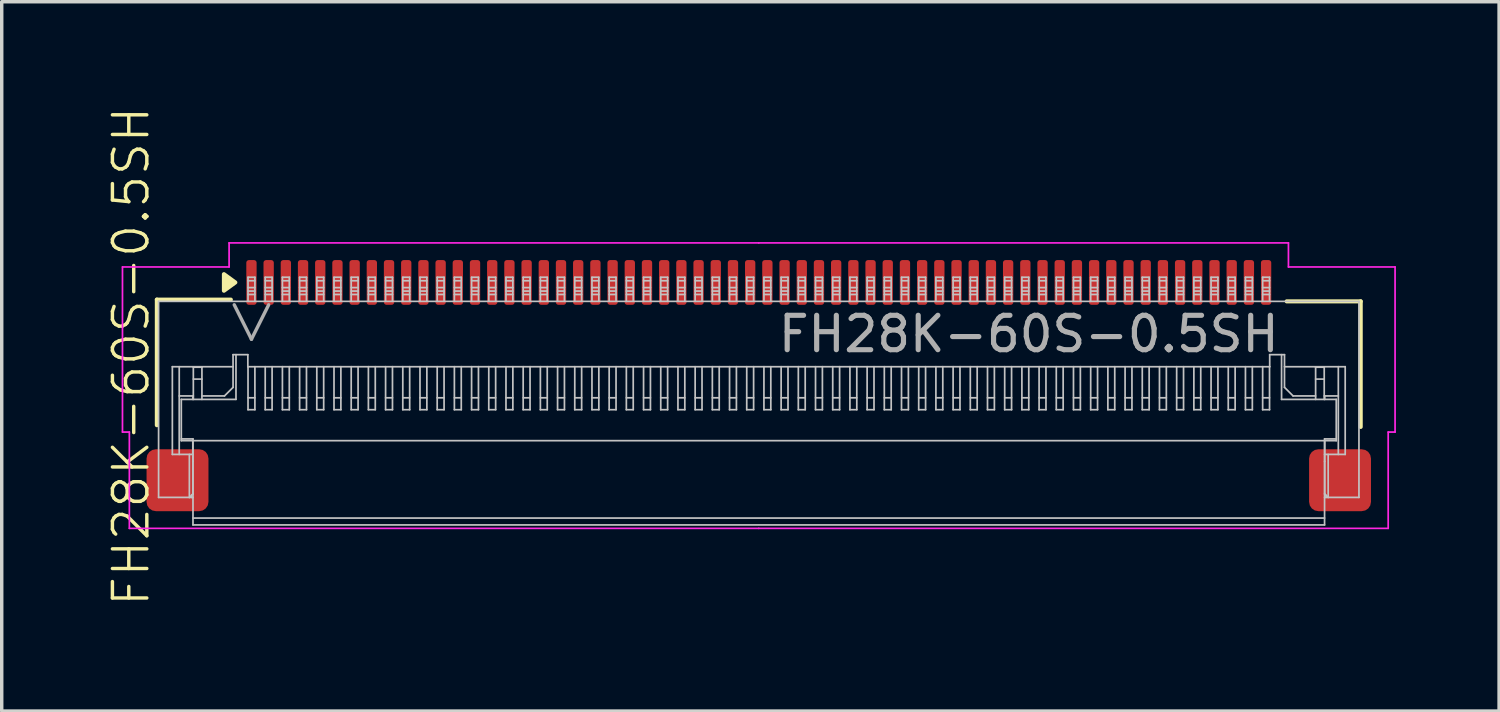
<source format=kicad_pcb>
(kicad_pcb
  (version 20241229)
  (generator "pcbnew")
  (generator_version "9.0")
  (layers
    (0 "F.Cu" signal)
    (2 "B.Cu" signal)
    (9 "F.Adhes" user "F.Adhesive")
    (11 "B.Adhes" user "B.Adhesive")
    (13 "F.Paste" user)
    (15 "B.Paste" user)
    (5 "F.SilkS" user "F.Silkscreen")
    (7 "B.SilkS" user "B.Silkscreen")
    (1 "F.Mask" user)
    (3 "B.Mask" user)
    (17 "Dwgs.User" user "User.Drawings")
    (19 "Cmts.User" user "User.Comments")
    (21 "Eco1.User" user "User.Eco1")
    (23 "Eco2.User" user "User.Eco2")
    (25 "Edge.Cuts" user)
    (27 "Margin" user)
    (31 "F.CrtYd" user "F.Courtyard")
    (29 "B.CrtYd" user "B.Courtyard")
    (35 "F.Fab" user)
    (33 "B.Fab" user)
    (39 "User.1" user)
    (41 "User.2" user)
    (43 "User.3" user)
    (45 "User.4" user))
  (footprint "FH28K-60S-0.5SH"
    (layer "F.Cu")
    (at 19.011 5.162)
    (property "Reference" "FH28K-60S-0.5SH" (at -18.25 2.15 90) (unlocked yes) (layer "F.SilkS") (effects (font (size 1 1) (thickness 0.1))))
    (attr smd)
    (fp_line (start -17.5 0.5) (end -15.35 0.5) (stroke (width 0.12) (type solid)) (layer "F.SilkS"))
    (fp_line (start -17.5 4.15) (end -17.5 0.5) (stroke (width 0.12) (type solid)) (layer "F.SilkS"))
    (fp_line (start 17.5 0.55) (end 15.35 0.55) (stroke (width 0.12) (type solid)) (layer "F.SilkS"))
    (fp_line (start 17.5 4.2) (end 17.5 0.55) (stroke (width 0.12) (type solid)) (layer "F.SilkS"))
    (fp_poly (pts (xy -15.22 0) (xy -15.55 0.24) (xy -15.55 -0.24)) (stroke (width 0.12) (type solid)) (fill yes) (layer "F.SilkS"))
    (fp_line (start -17.45 0.55) (end -17.45 6.25) (stroke (width 0.05) (type default)) (layer "Dwgs.User"))
    (fp_line (start -17.45 0.55) (end 17.45 0.55) (stroke (width 0.05) (type default)) (layer "Dwgs.User"))
    (fp_line (start -17.45 6.25) (end -16.45 6.25) (stroke (width 0.05) (type default)) (layer "Dwgs.User"))
    (fp_line (start -17.05 2.45) (end -17.05 5) (stroke (width 0.05) (type default)) (layer "Dwgs.User"))
    (fp_line (start -17.05 2.45) (end -15.285 2.45) (stroke (width 0.05) (type default)) (layer "Dwgs.User"))
    (fp_line (start -17.05 5) (end -16.45 5) (stroke (width 0.05) (type default)) (layer "Dwgs.User"))
    (fp_line (start -16.85 2.45) (end -16.85 5) (stroke (width 0.05) (type default)) (layer "Dwgs.User"))
    (fp_line (start -16.79 3.4) (end -16.79 4.6) (stroke (width 0.05) (type default)) (layer "Dwgs.User"))
    (fp_line (start -16.79 3.4) (end -15.2 3.4) (stroke (width 0.05) (type default)) (layer "Dwgs.User"))
    (fp_line (start -16.555 5) (end -16.555 6.25) (stroke (width 0.05) (type default)) (layer "Dwgs.User"))
    (fp_line (start -16.49 6.185) (end -16.49 6.25) (stroke (width 0.05) (type default)) (layer "Dwgs.User"))
    (fp_line (start -16.455 3.4) (end -16.455 3.3) (stroke (width 0.05) (type default)) (layer "Dwgs.User"))
    (fp_line (start -16.455 4.6) (end -16.455 6.15) (stroke (width 0.05) (type default)) (layer "Dwgs.User"))
    (fp_line (start -16.455 5.2) (end -16.45 5.2) (stroke (width 0.05) (type default)) (layer "Dwgs.User"))
    (fp_line (start -16.455 6.15) (end -16.555 6.25) (stroke (width 0.05) (type default)) (layer "Dwgs.User"))
    (fp_line (start -16.45 4.55) (end -16.79 4.55) (stroke (width 0.05) (type default)) (layer "Dwgs.User"))
    (fp_line (start -16.45 6.15) (end -16.455 6.15) (stroke (width 0.05) (type default)) (layer "Dwgs.User"))
    (fp_line (start -16.45 6.85) (end 16.45 6.85) (stroke (width 0.05) (type default)) (layer "Dwgs.User"))
    (fp_line (start -16.45 7.05) (end -16.45 4.55) (stroke (width 0.05) (type default)) (layer "Dwgs.User"))
    (fp_line (start -16.45 7.05) (end 16.45 7.05) (stroke (width 0.05) (type default)) (layer "Dwgs.User"))
    (fp_line (start -16.44 2.465) (end -16.44 3.4) (stroke (width 0.05) (type default)) (layer "Dwgs.User"))
    (fp_line (start -16.44 3.3) (end -16.85 3.3) (stroke (width 0.05) (type default)) (layer "Dwgs.User"))
    (fp_line (start -16.19 2.465) (end -16.44 2.465) (stroke (width 0.05) (type default)) (layer "Dwgs.User"))
    (fp_line (start -16.19 2.465) (end -16.19 3.4) (stroke (width 0.05) (type default)) (layer "Dwgs.User"))
    (fp_line (start -16.19 2.81) (end -16.44 2.81) (stroke (width 0.05) (type default)) (layer "Dwgs.User"))
    (fp_line (start -15.535 3.3) (end -16.19 3.3) (stroke (width 0.05) (type default)) (layer "Dwgs.User"))
    (fp_line (start -15.285 2.1) (end -14.855 2.1) (stroke (width 0.05) (type default)) (layer "Dwgs.User"))
    (fp_line (start -15.285 3.05) (end -15.535 3.3) (stroke (width 0.05) (type default)) (layer "Dwgs.User"))
    (fp_line (start -15.285 3.05) (end -15.285 2.1) (stroke (width 0.05) (type default)) (layer "Dwgs.User"))
    (fp_line (start -15.2 2.1) (end -15.2 3.4) (stroke (width 0.05) (type default)) (layer "Dwgs.User"))
    (fp_line (start -14.855 2.1) (end -14.855 2.45) (stroke (width 0.05) (type default)) (layer "Dwgs.User"))
    (fp_line (start -14.85 -0.15) (end -14.65 -0.15) (stroke (width 0.05) (type default)) (layer "Dwgs.User"))
    (fp_line (start -14.85 -0.05) (end -14.65 -0.05) (stroke (width 0.05) (type default)) (layer "Dwgs.User"))
    (fp_line (start -14.85 0.25) (end -14.65 0.25) (stroke (width 0.05) (type default)) (layer "Dwgs.User"))
    (fp_line (start -14.85 0.35) (end -14.65 0.35) (stroke (width 0.05) (type default)) (layer "Dwgs.User"))
    (fp_line (start -14.85 0.55) (end -14.85 -0.15) (stroke (width 0.05) (type default)) (layer "Dwgs.User"))
    (fp_line (start -14.85 3.354) (end -14.65 3.354) (stroke (width 0.05) (type default)) (layer "Dwgs.User"))
    (fp_line (start -14.85 3.7) (end -14.85 2.45) (stroke (width 0.05) (type default)) (layer "Dwgs.User"))
    (fp_line (start -14.85 3.7) (end -14.65 3.7) (stroke (width 0.05) (type default)) (layer "Dwgs.User"))
    (fp_line (start -14.65 0.15) (end -14.85 0.15) (stroke (width 0.05) (type default)) (layer "Dwgs.User"))
    (fp_line (start -14.65 0.55) (end -14.65 -0.15) (stroke (width 0.05) (type default)) (layer "Dwgs.User"))
    (fp_line (start -14.65 3.7) (end -14.65 2.45) (stroke (width 0.05) (type default)) (layer "Dwgs.User"))
    (fp_line (start -14.35 -0.15) (end -14.15 -0.15) (stroke (width 0.05) (type default)) (layer "Dwgs.User"))
    (fp_line (start -14.35 -0.05) (end -14.15 -0.05) (stroke (width 0.05) (type default)) (layer "Dwgs.User"))
    (fp_line (start -14.35 0.25) (end -14.15 0.25) (stroke (width 0.05) (type default)) (layer "Dwgs.User"))
    (fp_line (start -14.35 0.35) (end -14.15 0.35) (stroke (width 0.05) (type default)) (layer "Dwgs.User"))
    (fp_line (start -14.35 0.55) (end -14.35 -0.15) (stroke (width 0.05) (type default)) (layer "Dwgs.User"))
    (fp_line (start -14.35 3.354) (end -14.15 3.354) (stroke (width 0.05) (type default)) (layer "Dwgs.User"))
    (fp_line (start -14.35 3.7) (end -14.35 2.45) (stroke (width 0.05) (type default)) (layer "Dwgs.User"))
    (fp_line (start -14.35 3.7) (end -14.15 3.7) (stroke (width 0.05) (type default)) (layer "Dwgs.User"))
    (fp_line (start -14.15 0.15) (end -14.35 0.15) (stroke (width 0.05) (type default)) (layer "Dwgs.User"))
    (fp_line (start -14.15 0.55) (end -14.15 -0.15) (stroke (width 0.05) (type default)) (layer "Dwgs.User"))
    (fp_line (start -14.15 3.7) (end -14.15 2.45) (stroke (width 0.05) (type default)) (layer "Dwgs.User"))
    (fp_line (start -13.85 -0.15) (end -13.65 -0.15) (stroke (width 0.05) (type default)) (layer "Dwgs.User"))
    (fp_line (start -13.85 -0.05) (end -13.65 -0.05) (stroke (width 0.05) (type default)) (layer "Dwgs.User"))
    (fp_line (start -13.85 0.25) (end -13.65 0.25) (stroke (width 0.05) (type default)) (layer "Dwgs.User"))
    (fp_line (start -13.85 0.35) (end -13.65 0.35) (stroke (width 0.05) (type default)) (layer "Dwgs.User"))
    (fp_line (start -13.85 0.55) (end -13.85 -0.15) (stroke (width 0.05) (type default)) (layer "Dwgs.User"))
    (fp_line (start -13.85 3.354) (end -13.65 3.354) (stroke (width 0.05) (type default)) (layer "Dwgs.User"))
    (fp_line (start -13.85 3.7) (end -13.85 2.45) (stroke (width 0.05) (type default)) (layer "Dwgs.User"))
    (fp_line (start -13.85 3.7) (end -13.65 3.7) (stroke (width 0.05) (type default)) (layer "Dwgs.User"))
    (fp_line (start -13.65 0.15) (end -13.85 0.15) (stroke (width 0.05) (type default)) (layer "Dwgs.User"))
    (fp_line (start -13.65 0.55) (end -13.65 -0.15) (stroke (width 0.05) (type default)) (layer "Dwgs.User"))
    (fp_line (start -13.65 3.7) (end -13.65 2.45) (stroke (width 0.05) (type default)) (layer "Dwgs.User"))
    (fp_line (start -13.35 -0.15) (end -13.15 -0.15) (stroke (width 0.05) (type default)) (layer "Dwgs.User"))
    (fp_line (start -13.35 -0.05) (end -13.15 -0.05) (stroke (width 0.05) (type default)) (layer "Dwgs.User"))
    (fp_line (start -13.35 0.25) (end -13.15 0.25) (stroke (width 0.05) (type default)) (layer "Dwgs.User"))
    (fp_line (start -13.35 0.35) (end -13.15 0.35) (stroke (width 0.05) (type default)) (layer "Dwgs.User"))
    (fp_line (start -13.35 0.55) (end -13.35 -0.15) (stroke (width 0.05) (type default)) (layer "Dwgs.User"))
    (fp_line (start -13.35 3.354) (end -13.15 3.354) (stroke (width 0.05) (type default)) (layer "Dwgs.User"))
    (fp_line (start -13.35 3.7) (end -13.35 2.45) (stroke (width 0.05) (type default)) (layer "Dwgs.User"))
    (fp_line (start -13.35 3.7) (end -13.15 3.7) (stroke (width 0.05) (type default)) (layer "Dwgs.User"))
    (fp_line (start -13.15 0.15) (end -13.35 0.15) (stroke (width 0.05) (type default)) (layer "Dwgs.User"))
    (fp_line (start -13.15 0.55) (end -13.15 -0.15) (stroke (width 0.05) (type default)) (layer "Dwgs.User"))
    (fp_line (start -13.15 3.7) (end -13.15 2.45) (stroke (width 0.05) (type default)) (layer "Dwgs.User"))
    (fp_line (start -12.85 -0.15) (end -12.65 -0.15) (stroke (width 0.05) (type default)) (layer "Dwgs.User"))
    (fp_line (start -12.85 -0.05) (end -12.65 -0.05) (stroke (width 0.05) (type default)) (layer "Dwgs.User"))
    (fp_line (start -12.85 0.25) (end -12.65 0.25) (stroke (width 0.05) (type default)) (layer "Dwgs.User"))
    (fp_line (start -12.85 0.35) (end -12.65 0.35) (stroke (width 0.05) (type default)) (layer "Dwgs.User"))
    (fp_line (start -12.85 0.55) (end -12.85 -0.15) (stroke (width 0.05) (type default)) (layer "Dwgs.User"))
    (fp_line (start -12.85 3.354) (end -12.65 3.354) (stroke (width 0.05) (type default)) (layer "Dwgs.User"))
    (fp_line (start -12.85 3.7) (end -12.85 2.45) (stroke (width 0.05) (type default)) (layer "Dwgs.User"))
    (fp_line (start -12.85 3.7) (end -12.65 3.7) (stroke (width 0.05) (type default)) (layer "Dwgs.User"))
    (fp_line (start -12.65 0.15) (end -12.85 0.15) (stroke (width 0.05) (type default)) (layer "Dwgs.User"))
    (fp_line (start -12.65 0.55) (end -12.65 -0.15) (stroke (width 0.05) (type default)) (layer "Dwgs.User"))
    (fp_line (start -12.65 3.7) (end -12.65 2.45) (stroke (width 0.05) (type default)) (layer "Dwgs.User"))
    (fp_line (start -12.35 -0.15) (end -12.15 -0.15) (stroke (width 0.05) (type default)) (layer "Dwgs.User"))
    (fp_line (start -12.35 -0.05) (end -12.15 -0.05) (stroke (width 0.05) (type default)) (layer "Dwgs.User"))
    (fp_line (start -12.35 0.25) (end -12.15 0.25) (stroke (width 0.05) (type default)) (layer "Dwgs.User"))
    (fp_line (start -12.35 0.35) (end -12.15 0.35) (stroke (width 0.05) (type default)) (layer "Dwgs.User"))
    (fp_line (start -12.35 0.55) (end -12.35 -0.15) (stroke (width 0.05) (type default)) (layer "Dwgs.User"))
    (fp_line (start -12.35 3.354) (end -12.15 3.354) (stroke (width 0.05) (type default)) (layer "Dwgs.User"))
    (fp_line (start -12.35 3.7) (end -12.35 2.45) (stroke (width 0.05) (type default)) (layer "Dwgs.User"))
    (fp_line (start -12.35 3.7) (end -12.15 3.7) (stroke (width 0.05) (type default)) (layer "Dwgs.User"))
    (fp_line (start -12.15 0.15) (end -12.35 0.15) (stroke (width 0.05) (type default)) (layer "Dwgs.User"))
    (fp_line (start -12.15 0.55) (end -12.15 -0.15) (stroke (width 0.05) (type default)) (layer "Dwgs.User"))
    (fp_line (start -12.15 3.7) (end -12.15 2.45) (stroke (width 0.05) (type default)) (layer "Dwgs.User"))
    (fp_line (start -11.85 -0.15) (end -11.65 -0.15) (stroke (width 0.05) (type default)) (layer "Dwgs.User"))
    (fp_line (start -11.85 -0.05) (end -11.65 -0.05) (stroke (width 0.05) (type default)) (layer "Dwgs.User"))
    (fp_line (start -11.85 0.25) (end -11.65 0.25) (stroke (width 0.05) (type default)) (layer "Dwgs.User"))
    (fp_line (start -11.85 0.35) (end -11.65 0.35) (stroke (width 0.05) (type default)) (layer "Dwgs.User"))
    (fp_line (start -11.85 0.55) (end -11.85 -0.15) (stroke (width 0.05) (type default)) (layer "Dwgs.User"))
    (fp_line (start -11.85 3.354) (end -11.65 3.354) (stroke (width 0.05) (type default)) (layer "Dwgs.User"))
    (fp_line (start -11.85 3.7) (end -11.85 2.45) (stroke (width 0.05) (type default)) (layer "Dwgs.User"))
    (fp_line (start -11.85 3.7) (end -11.65 3.7) (stroke (width 0.05) (type default)) (layer "Dwgs.User"))
    (fp_line (start -11.65 0.15) (end -11.85 0.15) (stroke (width 0.05) (type default)) (layer "Dwgs.User"))
    (fp_line (start -11.65 0.55) (end -11.65 -0.15) (stroke (width 0.05) (type default)) (layer "Dwgs.User"))
    (fp_line (start -11.65 3.7) (end -11.65 2.45) (stroke (width 0.05) (type default)) (layer "Dwgs.User"))
    (fp_line (start -11.35 -0.15) (end -11.15 -0.15) (stroke (width 0.05) (type default)) (layer "Dwgs.User"))
    (fp_line (start -11.35 -0.05) (end -11.15 -0.05) (stroke (width 0.05) (type default)) (layer "Dwgs.User"))
    (fp_line (start -11.35 0.25) (end -11.15 0.25) (stroke (width 0.05) (type default)) (layer "Dwgs.User"))
    (fp_line (start -11.35 0.35) (end -11.15 0.35) (stroke (width 0.05) (type default)) (layer "Dwgs.User"))
    (fp_line (start -11.35 0.55) (end -11.35 -0.15) (stroke (width 0.05) (type default)) (layer "Dwgs.User"))
    (fp_line (start -11.35 3.354) (end -11.15 3.354) (stroke (width 0.05) (type default)) (layer "Dwgs.User"))
    (fp_line (start -11.35 3.7) (end -11.35 2.45) (stroke (width 0.05) (type default)) (layer "Dwgs.User"))
    (fp_line (start -11.35 3.7) (end -11.15 3.7) (stroke (width 0.05) (type default)) (layer "Dwgs.User"))
    (fp_line (start -11.15 0.15) (end -11.35 0.15) (stroke (width 0.05) (type default)) (layer "Dwgs.User"))
    (fp_line (start -11.15 0.55) (end -11.15 -0.15) (stroke (width 0.05) (type default)) (layer "Dwgs.User"))
    (fp_line (start -11.15 3.7) (end -11.15 2.45) (stroke (width 0.05) (type default)) (layer "Dwgs.User"))
    (fp_line (start -10.85 -0.15) (end -10.65 -0.15) (stroke (width 0.05) (type default)) (layer "Dwgs.User"))
    (fp_line (start -10.85 -0.05) (end -10.65 -0.05) (stroke (width 0.05) (type default)) (layer "Dwgs.User"))
    (fp_line (start -10.85 0.25) (end -10.65 0.25) (stroke (width 0.05) (type default)) (layer "Dwgs.User"))
    (fp_line (start -10.85 0.35) (end -10.65 0.35) (stroke (width 0.05) (type default)) (layer "Dwgs.User"))
    (fp_line (start -10.85 0.55) (end -10.85 -0.15) (stroke (width 0.05) (type default)) (layer "Dwgs.User"))
    (fp_line (start -10.85 3.354) (end -10.65 3.354) (stroke (width 0.05) (type default)) (layer "Dwgs.User"))
    (fp_line (start -10.85 3.7) (end -10.85 2.45) (stroke (width 0.05) (type default)) (layer "Dwgs.User"))
    (fp_line (start -10.85 3.7) (end -10.65 3.7) (stroke (width 0.05) (type default)) (layer "Dwgs.User"))
    (fp_line (start -10.65 0.15) (end -10.85 0.15) (stroke (width 0.05) (type default)) (layer "Dwgs.User"))
    (fp_line (start -10.65 0.55) (end -10.65 -0.15) (stroke (width 0.05) (type default)) (layer "Dwgs.User"))
    (fp_line (start -10.65 3.7) (end -10.65 2.45) (stroke (width 0.05) (type default)) (layer "Dwgs.User"))
    (fp_line (start -10.35 -0.15) (end -10.15 -0.15) (stroke (width 0.05) (type default)) (layer "Dwgs.User"))
    (fp_line (start -10.35 -0.05) (end -10.15 -0.05) (stroke (width 0.05) (type default)) (layer "Dwgs.User"))
    (fp_line (start -10.35 0.25) (end -10.15 0.25) (stroke (width 0.05) (type default)) (layer "Dwgs.User"))
    (fp_line (start -10.35 0.35) (end -10.15 0.35) (stroke (width 0.05) (type default)) (layer "Dwgs.User"))
    (fp_line (start -10.35 0.55) (end -10.35 -0.15) (stroke (width 0.05) (type default)) (layer "Dwgs.User"))
    (fp_line (start -10.35 3.354) (end -10.15 3.354) (stroke (width 0.05) (type default)) (layer "Dwgs.User"))
    (fp_line (start -10.35 3.7) (end -10.35 2.45) (stroke (width 0.05) (type default)) (layer "Dwgs.User"))
    (fp_line (start -10.35 3.7) (end -10.15 3.7) (stroke (width 0.05) (type default)) (layer "Dwgs.User"))
    (fp_line (start -10.15 0.15) (end -10.35 0.15) (stroke (width 0.05) (type default)) (layer "Dwgs.User"))
    (fp_line (start -10.15 0.55) (end -10.15 -0.15) (stroke (width 0.05) (type default)) (layer "Dwgs.User"))
    (fp_line (start -10.15 3.7) (end -10.15 2.45) (stroke (width 0.05) (type default)) (layer "Dwgs.User"))
    (fp_line (start -9.85 -0.15) (end -9.65 -0.15) (stroke (width 0.05) (type default)) (layer "Dwgs.User"))
    (fp_line (start -9.85 -0.05) (end -9.65 -0.05) (stroke (width 0.05) (type default)) (layer "Dwgs.User"))
    (fp_line (start -9.85 0.25) (end -9.65 0.25) (stroke (width 0.05) (type default)) (layer "Dwgs.User"))
    (fp_line (start -9.85 0.35) (end -9.65 0.35) (stroke (width 0.05) (type default)) (layer "Dwgs.User"))
    (fp_line (start -9.85 0.55) (end -9.85 -0.15) (stroke (width 0.05) (type default)) (layer "Dwgs.User"))
    (fp_line (start -9.85 3.354) (end -9.65 3.354) (stroke (width 0.05) (type default)) (layer "Dwgs.User"))
    (fp_line (start -9.85 3.7) (end -9.85 2.45) (stroke (width 0.05) (type default)) (layer "Dwgs.User"))
    (fp_line (start -9.85 3.7) (end -9.65 3.7) (stroke (width 0.05) (type default)) (layer "Dwgs.User"))
    (fp_line (start -9.65 0.15) (end -9.85 0.15) (stroke (width 0.05) (type default)) (layer "Dwgs.User"))
    (fp_line (start -9.65 0.55) (end -9.65 -0.15) (stroke (width 0.05) (type default)) (layer "Dwgs.User"))
    (fp_line (start -9.65 3.7) (end -9.65 2.45) (stroke (width 0.05) (type default)) (layer "Dwgs.User"))
    (fp_line (start -9.35 -0.15) (end -9.15 -0.15) (stroke (width 0.05) (type default)) (layer "Dwgs.User"))
    (fp_line (start -9.35 -0.05) (end -9.15 -0.05) (stroke (width 0.05) (type default)) (layer "Dwgs.User"))
    (fp_line (start -9.35 0.25) (end -9.15 0.25) (stroke (width 0.05) (type default)) (layer "Dwgs.User"))
    (fp_line (start -9.35 0.35) (end -9.15 0.35) (stroke (width 0.05) (type default)) (layer "Dwgs.User"))
    (fp_line (start -9.35 0.55) (end -9.35 -0.15) (stroke (width 0.05) (type default)) (layer "Dwgs.User"))
    (fp_line (start -9.35 3.354) (end -9.15 3.354) (stroke (width 0.05) (type default)) (layer "Dwgs.User"))
    (fp_line (start -9.35 3.7) (end -9.35 2.45) (stroke (width 0.05) (type default)) (layer "Dwgs.User"))
    (fp_line (start -9.35 3.7) (end -9.15 3.7) (stroke (width 0.05) (type default)) (layer "Dwgs.User"))
    (fp_line (start -9.15 0.15) (end -9.35 0.15) (stroke (width 0.05) (type default)) (layer "Dwgs.User"))
    (fp_line (start -9.15 0.55) (end -9.15 -0.15) (stroke (width 0.05) (type default)) (layer "Dwgs.User"))
    (fp_line (start -9.15 3.7) (end -9.15 2.45) (stroke (width 0.05) (type default)) (layer "Dwgs.User"))
    (fp_line (start -8.85 -0.15) (end -8.65 -0.15) (stroke (width 0.05) (type default)) (layer "Dwgs.User"))
    (fp_line (start -8.85 -0.05) (end -8.65 -0.05) (stroke (width 0.05) (type default)) (layer "Dwgs.User"))
    (fp_line (start -8.85 0.25) (end -8.65 0.25) (stroke (width 0.05) (type default)) (layer "Dwgs.User"))
    (fp_line (start -8.85 0.35) (end -8.65 0.35) (stroke (width 0.05) (type default)) (layer "Dwgs.User"))
    (fp_line (start -8.85 0.55) (end -8.85 -0.15) (stroke (width 0.05) (type default)) (layer "Dwgs.User"))
    (fp_line (start -8.85 3.354) (end -8.65 3.354) (stroke (width 0.05) (type default)) (layer "Dwgs.User"))
    (fp_line (start -8.85 3.7) (end -8.85 2.45) (stroke (width 0.05) (type default)) (layer "Dwgs.User"))
    (fp_line (start -8.85 3.7) (end -8.65 3.7) (stroke (width 0.05) (type default)) (layer "Dwgs.User"))
    (fp_line (start -8.65 0.15) (end -8.85 0.15) (stroke (width 0.05) (type default)) (layer "Dwgs.User"))
    (fp_line (start -8.65 0.55) (end -8.65 -0.15) (stroke (width 0.05) (type default)) (layer "Dwgs.User"))
    (fp_line (start -8.65 3.7) (end -8.65 2.45) (stroke (width 0.05) (type default)) (layer "Dwgs.User"))
    (fp_line (start -8.35 -0.15) (end -8.15 -0.15) (stroke (width 0.05) (type default)) (layer "Dwgs.User"))
    (fp_line (start -8.35 -0.05) (end -8.15 -0.05) (stroke (width 0.05) (type default)) (layer "Dwgs.User"))
    (fp_line (start -8.35 0.25) (end -8.15 0.25) (stroke (width 0.05) (type default)) (layer "Dwgs.User"))
    (fp_line (start -8.35 0.35) (end -8.15 0.35) (stroke (width 0.05) (type default)) (layer "Dwgs.User"))
    (fp_line (start -8.35 0.55) (end -8.35 -0.15) (stroke (width 0.05) (type default)) (layer "Dwgs.User"))
    (fp_line (start -8.35 3.354) (end -8.15 3.354) (stroke (width 0.05) (type default)) (layer "Dwgs.User"))
    (fp_line (start -8.35 3.7) (end -8.35 2.45) (stroke (width 0.05) (type default)) (layer "Dwgs.User"))
    (fp_line (start -8.35 3.7) (end -8.15 3.7) (stroke (width 0.05) (type default)) (layer "Dwgs.User"))
    (fp_line (start -8.15 0.15) (end -8.35 0.15) (stroke (width 0.05) (type default)) (layer "Dwgs.User"))
    (fp_line (start -8.15 0.55) (end -8.15 -0.15) (stroke (width 0.05) (type default)) (layer "Dwgs.User"))
    (fp_line (start -8.15 3.7) (end -8.15 2.45) (stroke (width 0.05) (type default)) (layer "Dwgs.User"))
    (fp_line (start -7.85 -0.15) (end -7.65 -0.15) (stroke (width 0.05) (type default)) (layer "Dwgs.User"))
    (fp_line (start -7.85 -0.05) (end -7.65 -0.05) (stroke (width 0.05) (type default)) (layer "Dwgs.User"))
    (fp_line (start -7.85 0.25) (end -7.65 0.25) (stroke (width 0.05) (type default)) (layer "Dwgs.User"))
    (fp_line (start -7.85 0.35) (end -7.65 0.35) (stroke (width 0.05) (type default)) (layer "Dwgs.User"))
    (fp_line (start -7.85 0.55) (end -7.85 -0.15) (stroke (width 0.05) (type default)) (layer "Dwgs.User"))
    (fp_line (start -7.85 3.354) (end -7.65 3.354) (stroke (width 0.05) (type default)) (layer "Dwgs.User"))
    (fp_line (start -7.85 3.7) (end -7.85 2.45) (stroke (width 0.05) (type default)) (layer "Dwgs.User"))
    (fp_line (start -7.85 3.7) (end -7.65 3.7) (stroke (width 0.05) (type default)) (layer "Dwgs.User"))
    (fp_line (start -7.65 0.15) (end -7.85 0.15) (stroke (width 0.05) (type default)) (layer "Dwgs.User"))
    (fp_line (start -7.65 0.55) (end -7.65 -0.15) (stroke (width 0.05) (type default)) (layer "Dwgs.User"))
    (fp_line (start -7.65 3.7) (end -7.65 2.45) (stroke (width 0.05) (type default)) (layer "Dwgs.User"))
    (fp_line (start -7.35 -0.15) (end -7.15 -0.15) (stroke (width 0.05) (type default)) (layer "Dwgs.User"))
    (fp_line (start -7.35 -0.05) (end -7.15 -0.05) (stroke (width 0.05) (type default)) (layer "Dwgs.User"))
    (fp_line (start -7.35 0.25) (end -7.15 0.25) (stroke (width 0.05) (type default)) (layer "Dwgs.User"))
    (fp_line (start -7.35 0.35) (end -7.15 0.35) (stroke (width 0.05) (type default)) (layer "Dwgs.User"))
    (fp_line (start -7.35 0.55) (end -7.35 -0.15) (stroke (width 0.05) (type default)) (layer "Dwgs.User"))
    (fp_line (start -7.35 3.354) (end -7.15 3.354) (stroke (width 0.05) (type default)) (layer "Dwgs.User"))
    (fp_line (start -7.35 3.7) (end -7.35 2.45) (stroke (width 0.05) (type default)) (layer "Dwgs.User"))
    (fp_line (start -7.35 3.7) (end -7.15 3.7) (stroke (width 0.05) (type default)) (layer "Dwgs.User"))
    (fp_line (start -7.15 0.15) (end -7.35 0.15) (stroke (width 0.05) (type default)) (layer "Dwgs.User"))
    (fp_line (start -7.15 0.55) (end -7.15 -0.15) (stroke (width 0.05) (type default)) (layer "Dwgs.User"))
    (fp_line (start -7.15 3.7) (end -7.15 2.45) (stroke (width 0.05) (type default)) (layer "Dwgs.User"))
    (fp_line (start -6.85 -0.15) (end -6.65 -0.15) (stroke (width 0.05) (type default)) (layer "Dwgs.User"))
    (fp_line (start -6.85 -0.05) (end -6.65 -0.05) (stroke (width 0.05) (type default)) (layer "Dwgs.User"))
    (fp_line (start -6.85 0.25) (end -6.65 0.25) (stroke (width 0.05) (type default)) (layer "Dwgs.User"))
    (fp_line (start -6.85 0.35) (end -6.65 0.35) (stroke (width 0.05) (type default)) (layer "Dwgs.User"))
    (fp_line (start -6.85 0.55) (end -6.85 -0.15) (stroke (width 0.05) (type default)) (layer "Dwgs.User"))
    (fp_line (start -6.85 3.354) (end -6.65 3.354) (stroke (width 0.05) (type default)) (layer "Dwgs.User"))
    (fp_line (start -6.85 3.7) (end -6.85 2.45) (stroke (width 0.05) (type default)) (layer "Dwgs.User"))
    (fp_line (start -6.85 3.7) (end -6.65 3.7) (stroke (width 0.05) (type default)) (layer "Dwgs.User"))
    (fp_line (start -6.65 0.15) (end -6.85 0.15) (stroke (width 0.05) (type default)) (layer "Dwgs.User"))
    (fp_line (start -6.65 0.55) (end -6.65 -0.15) (stroke (width 0.05) (type default)) (layer "Dwgs.User"))
    (fp_line (start -6.65 3.7) (end -6.65 2.45) (stroke (width 0.05) (type default)) (layer "Dwgs.User"))
    (fp_line (start -6.35 -0.15) (end -6.15 -0.15) (stroke (width 0.05) (type default)) (layer "Dwgs.User"))
    (fp_line (start -6.35 -0.05) (end -6.15 -0.05) (stroke (width 0.05) (type default)) (layer "Dwgs.User"))
    (fp_line (start -6.35 0.25) (end -6.15 0.25) (stroke (width 0.05) (type default)) (layer "Dwgs.User"))
    (fp_line (start -6.35 0.35) (end -6.15 0.35) (stroke (width 0.05) (type default)) (layer "Dwgs.User"))
    (fp_line (start -6.35 0.55) (end -6.35 -0.15) (stroke (width 0.05) (type default)) (layer "Dwgs.User"))
    (fp_line (start -6.35 3.354) (end -6.15 3.354) (stroke (width 0.05) (type default)) (layer "Dwgs.User"))
    (fp_line (start -6.35 3.7) (end -6.35 2.45) (stroke (width 0.05) (type default)) (layer "Dwgs.User"))
    (fp_line (start -6.35 3.7) (end -6.15 3.7) (stroke (width 0.05) (type default)) (layer "Dwgs.User"))
    (fp_line (start -6.15 0.15) (end -6.35 0.15) (stroke (width 0.05) (type default)) (layer "Dwgs.User"))
    (fp_line (start -6.15 0.55) (end -6.15 -0.15) (stroke (width 0.05) (type default)) (layer "Dwgs.User"))
    (fp_line (start -6.15 3.7) (end -6.15 2.45) (stroke (width 0.05) (type default)) (layer "Dwgs.User"))
    (fp_line (start -5.85 -0.15) (end -5.65 -0.15) (stroke (width 0.05) (type default)) (layer "Dwgs.User"))
    (fp_line (start -5.85 -0.05) (end -5.65 -0.05) (stroke (width 0.05) (type default)) (layer "Dwgs.User"))
    (fp_line (start -5.85 0.25) (end -5.65 0.25) (stroke (width 0.05) (type default)) (layer "Dwgs.User"))
    (fp_line (start -5.85 0.35) (end -5.65 0.35) (stroke (width 0.05) (type default)) (layer "Dwgs.User"))
    (fp_line (start -5.85 0.55) (end -5.85 -0.15) (stroke (width 0.05) (type default)) (layer "Dwgs.User"))
    (fp_line (start -5.85 3.354) (end -5.65 3.354) (stroke (width 0.05) (type default)) (layer "Dwgs.User"))
    (fp_line (start -5.85 3.7) (end -5.85 2.45) (stroke (width 0.05) (type default)) (layer "Dwgs.User"))
    (fp_line (start -5.85 3.7) (end -5.65 3.7) (stroke (width 0.05) (type default)) (layer "Dwgs.User"))
    (fp_line (start -5.65 0.15) (end -5.85 0.15) (stroke (width 0.05) (type default)) (layer "Dwgs.User"))
    (fp_line (start -5.65 0.55) (end -5.65 -0.15) (stroke (width 0.05) (type default)) (layer "Dwgs.User"))
    (fp_line (start -5.65 3.7) (end -5.65 2.45) (stroke (width 0.05) (type default)) (layer "Dwgs.User"))
    (fp_line (start -5.35 -0.15) (end -5.15 -0.15) (stroke (width 0.05) (type default)) (layer "Dwgs.User"))
    (fp_line (start -5.35 -0.05) (end -5.15 -0.05) (stroke (width 0.05) (type default)) (layer "Dwgs.User"))
    (fp_line (start -5.35 0.25) (end -5.15 0.25) (stroke (width 0.05) (type default)) (layer "Dwgs.User"))
    (fp_line (start -5.35 0.35) (end -5.15 0.35) (stroke (width 0.05) (type default)) (layer "Dwgs.User"))
    (fp_line (start -5.35 0.55) (end -5.35 -0.15) (stroke (width 0.05) (type default)) (layer "Dwgs.User"))
    (fp_line (start -5.35 3.354) (end -5.15 3.354) (stroke (width 0.05) (type default)) (layer "Dwgs.User"))
    (fp_line (start -5.35 3.7) (end -5.35 2.45) (stroke (width 0.05) (type default)) (layer "Dwgs.User"))
    (fp_line (start -5.35 3.7) (end -5.15 3.7) (stroke (width 0.05) (type default)) (layer "Dwgs.User"))
    (fp_line (start -5.15 0.15) (end -5.35 0.15) (stroke (width 0.05) (type default)) (layer "Dwgs.User"))
    (fp_line (start -5.15 0.55) (end -5.15 -0.15) (stroke (width 0.05) (type default)) (layer "Dwgs.User"))
    (fp_line (start -5.15 3.7) (end -5.15 2.45) (stroke (width 0.05) (type default)) (layer "Dwgs.User"))
    (fp_line (start -4.85 -0.15) (end -4.65 -0.15) (stroke (width 0.05) (type default)) (layer "Dwgs.User"))
    (fp_line (start -4.85 -0.05) (end -4.65 -0.05) (stroke (width 0.05) (type default)) (layer "Dwgs.User"))
    (fp_line (start -4.85 0.25) (end -4.65 0.25) (stroke (width 0.05) (type default)) (layer "Dwgs.User"))
    (fp_line (start -4.85 0.35) (end -4.65 0.35) (stroke (width 0.05) (type default)) (layer "Dwgs.User"))
    (fp_line (start -4.85 0.55) (end -4.85 -0.15) (stroke (width 0.05) (type default)) (layer "Dwgs.User"))
    (fp_line (start -4.85 3.354) (end -4.65 3.354) (stroke (width 0.05) (type default)) (layer "Dwgs.User"))
    (fp_line (start -4.85 3.7) (end -4.85 2.45) (stroke (width 0.05) (type default)) (layer "Dwgs.User"))
    (fp_line (start -4.85 3.7) (end -4.65 3.7) (stroke (width 0.05) (type default)) (layer "Dwgs.User"))
    (fp_line (start -4.65 0.15) (end -4.85 0.15) (stroke (width 0.05) (type default)) (layer "Dwgs.User"))
    (fp_line (start -4.65 0.55) (end -4.65 -0.15) (stroke (width 0.05) (type default)) (layer "Dwgs.User"))
    (fp_line (start -4.65 3.7) (end -4.65 2.45) (stroke (width 0.05) (type default)) (layer "Dwgs.User"))
    (fp_line (start -4.35 -0.15) (end -4.15 -0.15) (stroke (width 0.05) (type default)) (layer "Dwgs.User"))
    (fp_line (start -4.35 -0.05) (end -4.15 -0.05) (stroke (width 0.05) (type default)) (layer "Dwgs.User"))
    (fp_line (start -4.35 0.25) (end -4.15 0.25) (stroke (width 0.05) (type default)) (layer "Dwgs.User"))
    (fp_line (start -4.35 0.35) (end -4.15 0.35) (stroke (width 0.05) (type default)) (layer "Dwgs.User"))
    (fp_line (start -4.35 0.55) (end -4.35 -0.15) (stroke (width 0.05) (type default)) (layer "Dwgs.User"))
    (fp_line (start -4.35 3.354) (end -4.15 3.354) (stroke (width 0.05) (type default)) (layer "Dwgs.User"))
    (fp_line (start -4.35 3.7) (end -4.35 2.45) (stroke (width 0.05) (type default)) (layer "Dwgs.User"))
    (fp_line (start -4.35 3.7) (end -4.15 3.7) (stroke (width 0.05) (type default)) (layer "Dwgs.User"))
    (fp_line (start -4.15 0.15) (end -4.35 0.15) (stroke (width 0.05) (type default)) (layer "Dwgs.User"))
    (fp_line (start -4.15 0.55) (end -4.15 -0.15) (stroke (width 0.05) (type default)) (layer "Dwgs.User"))
    (fp_line (start -4.15 3.7) (end -4.15 2.45) (stroke (width 0.05) (type default)) (layer "Dwgs.User"))
    (fp_line (start -3.85 -0.15) (end -3.65 -0.15) (stroke (width 0.05) (type default)) (layer "Dwgs.User"))
    (fp_line (start -3.85 -0.05) (end -3.65 -0.05) (stroke (width 0.05) (type default)) (layer "Dwgs.User"))
    (fp_line (start -3.85 0.25) (end -3.65 0.25) (stroke (width 0.05) (type default)) (layer "Dwgs.User"))
    (fp_line (start -3.85 0.35) (end -3.65 0.35) (stroke (width 0.05) (type default)) (layer "Dwgs.User"))
    (fp_line (start -3.85 0.55) (end -3.85 -0.15) (stroke (width 0.05) (type default)) (layer "Dwgs.User"))
    (fp_line (start -3.85 3.354) (end -3.65 3.354) (stroke (width 0.05) (type default)) (layer "Dwgs.User"))
    (fp_line (start -3.85 3.7) (end -3.85 2.45) (stroke (width 0.05) (type default)) (layer "Dwgs.User"))
    (fp_line (start -3.85 3.7) (end -3.65 3.7) (stroke (width 0.05) (type default)) (layer "Dwgs.User"))
    (fp_line (start -3.65 0.15) (end -3.85 0.15) (stroke (width 0.05) (type default)) (layer "Dwgs.User"))
    (fp_line (start -3.65 0.55) (end -3.65 -0.15) (stroke (width 0.05) (type default)) (layer "Dwgs.User"))
    (fp_line (start -3.65 3.7) (end -3.65 2.45) (stroke (width 0.05) (type default)) (layer "Dwgs.User"))
    (fp_line (start -3.35 -0.15) (end -3.15 -0.15) (stroke (width 0.05) (type default)) (layer "Dwgs.User"))
    (fp_line (start -3.35 -0.05) (end -3.15 -0.05) (stroke (width 0.05) (type default)) (layer "Dwgs.User"))
    (fp_line (start -3.35 0.25) (end -3.15 0.25) (stroke (width 0.05) (type default)) (layer "Dwgs.User"))
    (fp_line (start -3.35 0.35) (end -3.15 0.35) (stroke (width 0.05) (type default)) (layer "Dwgs.User"))
    (fp_line (start -3.35 0.55) (end -3.35 -0.15) (stroke (width 0.05) (type default)) (layer "Dwgs.User"))
    (fp_line (start -3.35 3.354) (end -3.15 3.354) (stroke (width 0.05) (type default)) (layer "Dwgs.User"))
    (fp_line (start -3.35 3.7) (end -3.35 2.45) (stroke (width 0.05) (type default)) (layer "Dwgs.User"))
    (fp_line (start -3.35 3.7) (end -3.15 3.7) (stroke (width 0.05) (type default)) (layer "Dwgs.User"))
    (fp_line (start -3.15 0.15) (end -3.35 0.15) (stroke (width 0.05) (type default)) (layer "Dwgs.User"))
    (fp_line (start -3.15 0.55) (end -3.15 -0.15) (stroke (width 0.05) (type default)) (layer "Dwgs.User"))
    (fp_line (start -3.15 3.7) (end -3.15 2.45) (stroke (width 0.05) (type default)) (layer "Dwgs.User"))
    (fp_line (start -2.85 -0.15) (end -2.65 -0.15) (stroke (width 0.05) (type default)) (layer "Dwgs.User"))
    (fp_line (start -2.85 -0.05) (end -2.65 -0.05) (stroke (width 0.05) (type default)) (layer "Dwgs.User"))
    (fp_line (start -2.85 0.25) (end -2.65 0.25) (stroke (width 0.05) (type default)) (layer "Dwgs.User"))
    (fp_line (start -2.85 0.35) (end -2.65 0.35) (stroke (width 0.05) (type default)) (layer "Dwgs.User"))
    (fp_line (start -2.85 0.55) (end -2.85 -0.15) (stroke (width 0.05) (type default)) (layer "Dwgs.User"))
    (fp_line (start -2.85 3.354) (end -2.65 3.354) (stroke (width 0.05) (type default)) (layer "Dwgs.User"))
    (fp_line (start -2.85 3.7) (end -2.85 2.45) (stroke (width 0.05) (type default)) (layer "Dwgs.User"))
    (fp_line (start -2.85 3.7) (end -2.65 3.7) (stroke (width 0.05) (type default)) (layer "Dwgs.User"))
    (fp_line (start -2.65 0.15) (end -2.85 0.15) (stroke (width 0.05) (type default)) (layer "Dwgs.User"))
    (fp_line (start -2.65 0.55) (end -2.65 -0.15) (stroke (width 0.05) (type default)) (layer "Dwgs.User"))
    (fp_line (start -2.65 3.7) (end -2.65 2.45) (stroke (width 0.05) (type default)) (layer "Dwgs.User"))
    (fp_line (start -2.35 -0.15) (end -2.15 -0.15) (stroke (width 0.05) (type default)) (layer "Dwgs.User"))
    (fp_line (start -2.35 -0.05) (end -2.15 -0.05) (stroke (width 0.05) (type default)) (layer "Dwgs.User"))
    (fp_line (start -2.35 0.25) (end -2.15 0.25) (stroke (width 0.05) (type default)) (layer "Dwgs.User"))
    (fp_line (start -2.35 0.35) (end -2.15 0.35) (stroke (width 0.05) (type default)) (layer "Dwgs.User"))
    (fp_line (start -2.35 0.55) (end -2.35 -0.15) (stroke (width 0.05) (type default)) (layer "Dwgs.User"))
    (fp_line (start -2.35 3.354) (end -2.15 3.354) (stroke (width 0.05) (type default)) (layer "Dwgs.User"))
    (fp_line (start -2.35 3.7) (end -2.35 2.45) (stroke (width 0.05) (type default)) (layer "Dwgs.User"))
    (fp_line (start -2.35 3.7) (end -2.15 3.7) (stroke (width 0.05) (type default)) (layer "Dwgs.User"))
    (fp_line (start -2.15 0.15) (end -2.35 0.15) (stroke (width 0.05) (type default)) (layer "Dwgs.User"))
    (fp_line (start -2.15 0.55) (end -2.15 -0.15) (stroke (width 0.05) (type default)) (layer "Dwgs.User"))
    (fp_line (start -2.15 3.7) (end -2.15 2.45) (stroke (width 0.05) (type default)) (layer "Dwgs.User"))
    (fp_line (start -1.85 -0.15) (end -1.65 -0.15) (stroke (width 0.05) (type default)) (layer "Dwgs.User"))
    (fp_line (start -1.85 -0.05) (end -1.65 -0.05) (stroke (width 0.05) (type default)) (layer "Dwgs.User"))
    (fp_line (start -1.85 0.25) (end -1.65 0.25) (stroke (width 0.05) (type default)) (layer "Dwgs.User"))
    (fp_line (start -1.85 0.35) (end -1.65 0.35) (stroke (width 0.05) (type default)) (layer "Dwgs.User"))
    (fp_line (start -1.85 0.55) (end -1.85 -0.15) (stroke (width 0.05) (type default)) (layer "Dwgs.User"))
    (fp_line (start -1.85 3.354) (end -1.65 3.354) (stroke (width 0.05) (type default)) (layer "Dwgs.User"))
    (fp_line (start -1.85 3.7) (end -1.85 2.45) (stroke (width 0.05) (type default)) (layer "Dwgs.User"))
    (fp_line (start -1.85 3.7) (end -1.65 3.7) (stroke (width 0.05) (type default)) (layer "Dwgs.User"))
    (fp_line (start -1.65 0.15) (end -1.85 0.15) (stroke (width 0.05) (type default)) (layer "Dwgs.User"))
    (fp_line (start -1.65 0.55) (end -1.65 -0.15) (stroke (width 0.05) (type default)) (layer "Dwgs.User"))
    (fp_line (start -1.65 3.7) (end -1.65 2.45) (stroke (width 0.05) (type default)) (layer "Dwgs.User"))
    (fp_line (start -1.35 -0.15) (end -1.15 -0.15) (stroke (width 0.05) (type default)) (layer "Dwgs.User"))
    (fp_line (start -1.35 -0.05) (end -1.15 -0.05) (stroke (width 0.05) (type default)) (layer "Dwgs.User"))
    (fp_line (start -1.35 0.25) (end -1.15 0.25) (stroke (width 0.05) (type default)) (layer "Dwgs.User"))
    (fp_line (start -1.35 0.35) (end -1.15 0.35) (stroke (width 0.05) (type default)) (layer "Dwgs.User"))
    (fp_line (start -1.35 0.55) (end -1.35 -0.15) (stroke (width 0.05) (type default)) (layer "Dwgs.User"))
    (fp_line (start -1.35 3.354) (end -1.15 3.354) (stroke (width 0.05) (type default)) (layer "Dwgs.User"))
    (fp_line (start -1.35 3.7) (end -1.35 2.45) (stroke (width 0.05) (type default)) (layer "Dwgs.User"))
    (fp_line (start -1.35 3.7) (end -1.15 3.7) (stroke (width 0.05) (type default)) (layer "Dwgs.User"))
    (fp_line (start -1.15 0.15) (end -1.35 0.15) (stroke (width 0.05) (type default)) (layer "Dwgs.User"))
    (fp_line (start -1.15 0.55) (end -1.15 -0.15) (stroke (width 0.05) (type default)) (layer "Dwgs.User"))
    (fp_line (start -1.15 3.7) (end -1.15 2.45) (stroke (width 0.05) (type default)) (layer "Dwgs.User"))
    (fp_line (start -0.85 -0.15) (end -0.65 -0.15) (stroke (width 0.05) (type default)) (layer "Dwgs.User"))
    (fp_line (start -0.85 -0.05) (end -0.65 -0.05) (stroke (width 0.05) (type default)) (layer "Dwgs.User"))
    (fp_line (start -0.85 0.25) (end -0.65 0.25) (stroke (width 0.05) (type default)) (layer "Dwgs.User"))
    (fp_line (start -0.85 0.35) (end -0.65 0.35) (stroke (width 0.05) (type default)) (layer "Dwgs.User"))
    (fp_line (start -0.85 0.55) (end -0.85 -0.15) (stroke (width 0.05) (type default)) (layer "Dwgs.User"))
    (fp_line (start -0.85 3.354) (end -0.65 3.354) (stroke (width 0.05) (type default)) (layer "Dwgs.User"))
    (fp_line (start -0.85 3.7) (end -0.85 2.45) (stroke (width 0.05) (type default)) (layer "Dwgs.User"))
    (fp_line (start -0.85 3.7) (end -0.65 3.7) (stroke (width 0.05) (type default)) (layer "Dwgs.User"))
    (fp_line (start -0.65 0.15) (end -0.85 0.15) (stroke (width 0.05) (type default)) (layer "Dwgs.User"))
    (fp_line (start -0.65 0.55) (end -0.65 -0.15) (stroke (width 0.05) (type default)) (layer "Dwgs.User"))
    (fp_line (start -0.65 3.7) (end -0.65 2.45) (stroke (width 0.05) (type default)) (layer "Dwgs.User"))
    (fp_line (start -0.35 -0.15) (end -0.15 -0.15) (stroke (width 0.05) (type default)) (layer "Dwgs.User"))
    (fp_line (start -0.35 -0.05) (end -0.15 -0.05) (stroke (width 0.05) (type default)) (layer "Dwgs.User"))
    (fp_line (start -0.35 0.25) (end -0.15 0.25) (stroke (width 0.05) (type default)) (layer "Dwgs.User"))
    (fp_line (start -0.35 0.35) (end -0.15 0.35) (stroke (width 0.05) (type default)) (layer "Dwgs.User"))
    (fp_line (start -0.35 0.55) (end -0.35 -0.15) (stroke (width 0.05) (type default)) (layer "Dwgs.User"))
    (fp_line (start -0.35 3.354) (end -0.15 3.354) (stroke (width 0.05) (type default)) (layer "Dwgs.User"))
    (fp_line (start -0.35 3.7) (end -0.35 2.45) (stroke (width 0.05) (type default)) (layer "Dwgs.User"))
    (fp_line (start -0.35 3.7) (end -0.15 3.7) (stroke (width 0.05) (type default)) (layer "Dwgs.User"))
    (fp_line (start -0.15 0.15) (end -0.35 0.15) (stroke (width 0.05) (type default)) (layer "Dwgs.User"))
    (fp_line (start -0.15 0.55) (end -0.15 -0.15) (stroke (width 0.05) (type default)) (layer "Dwgs.User"))
    (fp_line (start -0.15 3.7) (end -0.15 2.45) (stroke (width 0.05) (type default)) (layer "Dwgs.User"))
    (fp_line (start 0.15 0.15) (end 0.35 0.15) (stroke (width 0.05) (type default)) (layer "Dwgs.User"))
    (fp_line (start 0.15 0.55) (end 0.15 -0.15) (stroke (width 0.05) (type default)) (layer "Dwgs.User"))
    (fp_line (start 0.15 3.7) (end 0.15 2.45) (stroke (width 0.05) (type default)) (layer "Dwgs.User"))
    (fp_line (start 0.35 -0.15) (end 0.15 -0.15) (stroke (width 0.05) (type default)) (layer "Dwgs.User"))
    (fp_line (start 0.35 -0.05) (end 0.15 -0.05) (stroke (width 0.05) (type default)) (layer "Dwgs.User"))
    (fp_line (start 0.35 0.25) (end 0.15 0.25) (stroke (width 0.05) (type default)) (layer "Dwgs.User"))
    (fp_line (start 0.35 0.35) (end 0.15 0.35) (stroke (width 0.05) (type default)) (layer "Dwgs.User"))
    (fp_line (start 0.35 0.55) (end 0.35 -0.15) (stroke (width 0.05) (type default)) (layer "Dwgs.User"))
    (fp_line (start 0.35 3.354) (end 0.15 3.354) (stroke (width 0.05) (type default)) (layer "Dwgs.User"))
    (fp_line (start 0.35 3.7) (end 0.15 3.7) (stroke (width 0.05) (type default)) (layer "Dwgs.User"))
    (fp_line (start 0.35 3.7) (end 0.35 2.45) (stroke (width 0.05) (type default)) (layer "Dwgs.User"))
    (fp_line (start 0.65 0.15) (end 0.85 0.15) (stroke (width 0.05) (type default)) (layer "Dwgs.User"))
    (fp_line (start 0.65 0.55) (end 0.65 -0.15) (stroke (width 0.05) (type default)) (layer "Dwgs.User"))
    (fp_line (start 0.65 3.7) (end 0.65 2.45) (stroke (width 0.05) (type default)) (layer "Dwgs.User"))
    (fp_line (start 0.85 -0.15) (end 0.65 -0.15) (stroke (width 0.05) (type default)) (layer "Dwgs.User"))
    (fp_line (start 0.85 -0.05) (end 0.65 -0.05) (stroke (width 0.05) (type default)) (layer "Dwgs.User"))
    (fp_line (start 0.85 0.25) (end 0.65 0.25) (stroke (width 0.05) (type default)) (layer "Dwgs.User"))
    (fp_line (start 0.85 0.35) (end 0.65 0.35) (stroke (width 0.05) (type default)) (layer "Dwgs.User"))
    (fp_line (start 0.85 0.55) (end 0.85 -0.15) (stroke (width 0.05) (type default)) (layer "Dwgs.User"))
    (fp_line (start 0.85 3.354) (end 0.65 3.354) (stroke (width 0.05) (type default)) (layer "Dwgs.User"))
    (fp_line (start 0.85 3.7) (end 0.65 3.7) (stroke (width 0.05) (type default)) (layer "Dwgs.User"))
    (fp_line (start 0.85 3.7) (end 0.85 2.45) (stroke (width 0.05) (type default)) (layer "Dwgs.User"))
    (fp_line (start 1.15 0.15) (end 1.35 0.15) (stroke (width 0.05) (type default)) (layer "Dwgs.User"))
    (fp_line (start 1.15 0.55) (end 1.15 -0.15) (stroke (width 0.05) (type default)) (layer "Dwgs.User"))
    (fp_line (start 1.15 3.7) (end 1.15 2.45) (stroke (width 0.05) (type default)) (layer "Dwgs.User"))
    (fp_line (start 1.35 -0.15) (end 1.15 -0.15) (stroke (width 0.05) (type default)) (layer "Dwgs.User"))
    (fp_line (start 1.35 -0.05) (end 1.15 -0.05) (stroke (width 0.05) (type default)) (layer "Dwgs.User"))
    (fp_line (start 1.35 0.25) (end 1.15 0.25) (stroke (width 0.05) (type default)) (layer "Dwgs.User"))
    (fp_line (start 1.35 0.35) (end 1.15 0.35) (stroke (width 0.05) (type default)) (layer "Dwgs.User"))
    (fp_line (start 1.35 0.55) (end 1.35 -0.15) (stroke (width 0.05) (type default)) (layer "Dwgs.User"))
    (fp_line (start 1.35 3.354) (end 1.15 3.354) (stroke (width 0.05) (type default)) (layer "Dwgs.User"))
    (fp_line (start 1.35 3.7) (end 1.15 3.7) (stroke (width 0.05) (type default)) (layer "Dwgs.User"))
    (fp_line (start 1.35 3.7) (end 1.35 2.45) (stroke (width 0.05) (type default)) (layer "Dwgs.User"))
    (fp_line (start 1.65 0.15) (end 1.85 0.15) (stroke (width 0.05) (type default)) (layer "Dwgs.User"))
    (fp_line (start 1.65 0.55) (end 1.65 -0.15) (stroke (width 0.05) (type default)) (layer "Dwgs.User"))
    (fp_line (start 1.65 3.7) (end 1.65 2.45) (stroke (width 0.05) (type default)) (layer "Dwgs.User"))
    (fp_line (start 1.85 -0.15) (end 1.65 -0.15) (stroke (width 0.05) (type default)) (layer "Dwgs.User"))
    (fp_line (start 1.85 -0.05) (end 1.65 -0.05) (stroke (width 0.05) (type default)) (layer "Dwgs.User"))
    (fp_line (start 1.85 0.25) (end 1.65 0.25) (stroke (width 0.05) (type default)) (layer "Dwgs.User"))
    (fp_line (start 1.85 0.35) (end 1.65 0.35) (stroke (width 0.05) (type default)) (layer "Dwgs.User"))
    (fp_line (start 1.85 0.55) (end 1.85 -0.15) (stroke (width 0.05) (type default)) (layer "Dwgs.User"))
    (fp_line (start 1.85 3.354) (end 1.65 3.354) (stroke (width 0.05) (type default)) (layer "Dwgs.User"))
    (fp_line (start 1.85 3.7) (end 1.65 3.7) (stroke (width 0.05) (type default)) (layer "Dwgs.User"))
    (fp_line (start 1.85 3.7) (end 1.85 2.45) (stroke (width 0.05) (type default)) (layer "Dwgs.User"))
    (fp_line (start 2.15 0.15) (end 2.35 0.15) (stroke (width 0.05) (type default)) (layer "Dwgs.User"))
    (fp_line (start 2.15 0.55) (end 2.15 -0.15) (stroke (width 0.05) (type default)) (layer "Dwgs.User"))
    (fp_line (start 2.15 3.7) (end 2.15 2.45) (stroke (width 0.05) (type default)) (layer "Dwgs.User"))
    (fp_line (start 2.35 -0.15) (end 2.15 -0.15) (stroke (width 0.05) (type default)) (layer "Dwgs.User"))
    (fp_line (start 2.35 -0.05) (end 2.15 -0.05) (stroke (width 0.05) (type default)) (layer "Dwgs.User"))
    (fp_line (start 2.35 0.25) (end 2.15 0.25) (stroke (width 0.05) (type default)) (layer "Dwgs.User"))
    (fp_line (start 2.35 0.35) (end 2.15 0.35) (stroke (width 0.05) (type default)) (layer "Dwgs.User"))
    (fp_line (start 2.35 0.55) (end 2.35 -0.15) (stroke (width 0.05) (type default)) (layer "Dwgs.User"))
    (fp_line (start 2.35 3.354) (end 2.15 3.354) (stroke (width 0.05) (type default)) (layer "Dwgs.User"))
    (fp_line (start 2.35 3.7) (end 2.15 3.7) (stroke (width 0.05) (type default)) (layer "Dwgs.User"))
    (fp_line (start 2.35 3.7) (end 2.35 2.45) (stroke (width 0.05) (type default)) (layer "Dwgs.User"))
    (fp_line (start 2.65 0.15) (end 2.85 0.15) (stroke (width 0.05) (type default)) (layer "Dwgs.User"))
    (fp_line (start 2.65 0.55) (end 2.65 -0.15) (stroke (width 0.05) (type default)) (layer "Dwgs.User"))
    (fp_line (start 2.65 3.7) (end 2.65 2.45) (stroke (width 0.05) (type default)) (layer "Dwgs.User"))
    (fp_line (start 2.85 -0.15) (end 2.65 -0.15) (stroke (width 0.05) (type default)) (layer "Dwgs.User"))
    (fp_line (start 2.85 -0.05) (end 2.65 -0.05) (stroke (width 0.05) (type default)) (layer "Dwgs.User"))
    (fp_line (start 2.85 0.25) (end 2.65 0.25) (stroke (width 0.05) (type default)) (layer "Dwgs.User"))
    (fp_line (start 2.85 0.35) (end 2.65 0.35) (stroke (width 0.05) (type default)) (layer "Dwgs.User"))
    (fp_line (start 2.85 0.55) (end 2.85 -0.15) (stroke (width 0.05) (type default)) (layer "Dwgs.User"))
    (fp_line (start 2.85 3.354) (end 2.65 3.354) (stroke (width 0.05) (type default)) (layer "Dwgs.User"))
    (fp_line (start 2.85 3.7) (end 2.65 3.7) (stroke (width 0.05) (type default)) (layer "Dwgs.User"))
    (fp_line (start 2.85 3.7) (end 2.85 2.45) (stroke (width 0.05) (type default)) (layer "Dwgs.User"))
    (fp_line (start 3.15 0.15) (end 3.35 0.15) (stroke (width 0.05) (type default)) (layer "Dwgs.User"))
    (fp_line (start 3.15 0.55) (end 3.15 -0.15) (stroke (width 0.05) (type default)) (layer "Dwgs.User"))
    (fp_line (start 3.15 3.7) (end 3.15 2.45) (stroke (width 0.05) (type default)) (layer "Dwgs.User"))
    (fp_line (start 3.35 -0.15) (end 3.15 -0.15) (stroke (width 0.05) (type default)) (layer "Dwgs.User"))
    (fp_line (start 3.35 -0.05) (end 3.15 -0.05) (stroke (width 0.05) (type default)) (layer "Dwgs.User"))
    (fp_line (start 3.35 0.25) (end 3.15 0.25) (stroke (width 0.05) (type default)) (layer "Dwgs.User"))
    (fp_line (start 3.35 0.35) (end 3.15 0.35) (stroke (width 0.05) (type default)) (layer "Dwgs.User"))
    (fp_line (start 3.35 0.55) (end 3.35 -0.15) (stroke (width 0.05) (type default)) (layer "Dwgs.User"))
    (fp_line (start 3.35 3.354) (end 3.15 3.354) (stroke (width 0.05) (type default)) (layer "Dwgs.User"))
    (fp_line (start 3.35 3.7) (end 3.15 3.7) (stroke (width 0.05) (type default)) (layer "Dwgs.User"))
    (fp_line (start 3.35 3.7) (end 3.35 2.45) (stroke (width 0.05) (type default)) (layer "Dwgs.User"))
    (fp_line (start 3.65 0.15) (end 3.85 0.15) (stroke (width 0.05) (type default)) (layer "Dwgs.User"))
    (fp_line (start 3.65 0.55) (end 3.65 -0.15) (stroke (width 0.05) (type default)) (layer "Dwgs.User"))
    (fp_line (start 3.65 3.7) (end 3.65 2.45) (stroke (width 0.05) (type default)) (layer "Dwgs.User"))
    (fp_line (start 3.85 -0.15) (end 3.65 -0.15) (stroke (width 0.05) (type default)) (layer "Dwgs.User"))
    (fp_line (start 3.85 -0.05) (end 3.65 -0.05) (stroke (width 0.05) (type default)) (layer "Dwgs.User"))
    (fp_line (start 3.85 0.25) (end 3.65 0.25) (stroke (width 0.05) (type default)) (layer "Dwgs.User"))
    (fp_line (start 3.85 0.35) (end 3.65 0.35) (stroke (width 0.05) (type default)) (layer "Dwgs.User"))
    (fp_line (start 3.85 0.55) (end 3.85 -0.15) (stroke (width 0.05) (type default)) (layer "Dwgs.User"))
    (fp_line (start 3.85 3.354) (end 3.65 3.354) (stroke (width 0.05) (type default)) (layer "Dwgs.User"))
    (fp_line (start 3.85 3.7) (end 3.65 3.7) (stroke (width 0.05) (type default)) (layer "Dwgs.User"))
    (fp_line (start 3.85 3.7) (end 3.85 2.45) (stroke (width 0.05) (type default)) (layer "Dwgs.User"))
    (fp_line (start 4.15 0.15) (end 4.35 0.15) (stroke (width 0.05) (type default)) (layer "Dwgs.User"))
    (fp_line (start 4.15 0.55) (end 4.15 -0.15) (stroke (width 0.05) (type default)) (layer "Dwgs.User"))
    (fp_line (start 4.15 3.7) (end 4.15 2.45) (stroke (width 0.05) (type default)) (layer "Dwgs.User"))
    (fp_line (start 4.35 -0.15) (end 4.15 -0.15) (stroke (width 0.05) (type default)) (layer "Dwgs.User"))
    (fp_line (start 4.35 -0.05) (end 4.15 -0.05) (stroke (width 0.05) (type default)) (layer "Dwgs.User"))
    (fp_line (start 4.35 0.25) (end 4.15 0.25) (stroke (width 0.05) (type default)) (layer "Dwgs.User"))
    (fp_line (start 4.35 0.35) (end 4.15 0.35) (stroke (width 0.05) (type default)) (layer "Dwgs.User"))
    (fp_line (start 4.35 0.55) (end 4.35 -0.15) (stroke (width 0.05) (type default)) (layer "Dwgs.User"))
    (fp_line (start 4.35 3.354) (end 4.15 3.354) (stroke (width 0.05) (type default)) (layer "Dwgs.User"))
    (fp_line (start 4.35 3.7) (end 4.15 3.7) (stroke (width 0.05) (type default)) (layer "Dwgs.User"))
    (fp_line (start 4.35 3.7) (end 4.35 2.45) (stroke (width 0.05) (type default)) (layer "Dwgs.User"))
    (fp_line (start 4.65 0.15) (end 4.85 0.15) (stroke (width 0.05) (type default)) (layer "Dwgs.User"))
    (fp_line (start 4.65 0.55) (end 4.65 -0.15) (stroke (width 0.05) (type default)) (layer "Dwgs.User"))
    (fp_line (start 4.65 3.7) (end 4.65 2.45) (stroke (width 0.05) (type default)) (layer "Dwgs.User"))
    (fp_line (start 4.85 -0.15) (end 4.65 -0.15) (stroke (width 0.05) (type default)) (layer "Dwgs.User"))
    (fp_line (start 4.85 -0.05) (end 4.65 -0.05) (stroke (width 0.05) (type default)) (layer "Dwgs.User"))
    (fp_line (start 4.85 0.25) (end 4.65 0.25) (stroke (width 0.05) (type default)) (layer "Dwgs.User"))
    (fp_line (start 4.85 0.35) (end 4.65 0.35) (stroke (width 0.05) (type default)) (layer "Dwgs.User"))
    (fp_line (start 4.85 0.55) (end 4.85 -0.15) (stroke (width 0.05) (type default)) (layer "Dwgs.User"))
    (fp_line (start 4.85 3.354) (end 4.65 3.354) (stroke (width 0.05) (type default)) (layer "Dwgs.User"))
    (fp_line (start 4.85 3.7) (end 4.65 3.7) (stroke (width 0.05) (type default)) (layer "Dwgs.User"))
    (fp_line (start 4.85 3.7) (end 4.85 2.45) (stroke (width 0.05) (type default)) (layer "Dwgs.User"))
    (fp_line (start 5.15 0.15) (end 5.35 0.15) (stroke (width 0.05) (type default)) (layer "Dwgs.User"))
    (fp_line (start 5.15 0.55) (end 5.15 -0.15) (stroke (width 0.05) (type default)) (layer "Dwgs.User"))
    (fp_line (start 5.15 3.7) (end 5.15 2.45) (stroke (width 0.05) (type default)) (layer "Dwgs.User"))
    (fp_line (start 5.35 -0.15) (end 5.15 -0.15) (stroke (width 0.05) (type default)) (layer "Dwgs.User"))
    (fp_line (start 5.35 -0.05) (end 5.15 -0.05) (stroke (width 0.05) (type default)) (layer "Dwgs.User"))
    (fp_line (start 5.35 0.25) (end 5.15 0.25) (stroke (width 0.05) (type default)) (layer "Dwgs.User"))
    (fp_line (start 5.35 0.35) (end 5.15 0.35) (stroke (width 0.05) (type default)) (layer "Dwgs.User"))
    (fp_line (start 5.35 0.55) (end 5.35 -0.15) (stroke (width 0.05) (type default)) (layer "Dwgs.User"))
    (fp_line (start 5.35 3.354) (end 5.15 3.354) (stroke (width 0.05) (type default)) (layer "Dwgs.User"))
    (fp_line (start 5.35 3.7) (end 5.15 3.7) (stroke (width 0.05) (type default)) (layer "Dwgs.User"))
    (fp_line (start 5.35 3.7) (end 5.35 2.45) (stroke (width 0.05) (type default)) (layer "Dwgs.User"))
    (fp_line (start 5.65 0.15) (end 5.85 0.15) (stroke (width 0.05) (type default)) (layer "Dwgs.User"))
    (fp_line (start 5.65 0.55) (end 5.65 -0.15) (stroke (width 0.05) (type default)) (layer "Dwgs.User"))
    (fp_line (start 5.65 3.7) (end 5.65 2.45) (stroke (width 0.05) (type default)) (layer "Dwgs.User"))
    (fp_line (start 5.85 -0.15) (end 5.65 -0.15) (stroke (width 0.05) (type default)) (layer "Dwgs.User"))
    (fp_line (start 5.85 -0.05) (end 5.65 -0.05) (stroke (width 0.05) (type default)) (layer "Dwgs.User"))
    (fp_line (start 5.85 0.25) (end 5.65 0.25) (stroke (width 0.05) (type default)) (layer "Dwgs.User"))
    (fp_line (start 5.85 0.35) (end 5.65 0.35) (stroke (width 0.05) (type default)) (layer "Dwgs.User"))
    (fp_line (start 5.85 0.55) (end 5.85 -0.15) (stroke (width 0.05) (type default)) (layer "Dwgs.User"))
    (fp_line (start 5.85 3.354) (end 5.65 3.354) (stroke (width 0.05) (type default)) (layer "Dwgs.User"))
    (fp_line (start 5.85 3.7) (end 5.65 3.7) (stroke (width 0.05) (type default)) (layer "Dwgs.User"))
    (fp_line (start 5.85 3.7) (end 5.85 2.45) (stroke (width 0.05) (type default)) (layer "Dwgs.User"))
    (fp_line (start 6.15 0.15) (end 6.35 0.15) (stroke (width 0.05) (type default)) (layer "Dwgs.User"))
    (fp_line (start 6.15 0.55) (end 6.15 -0.15) (stroke (width 0.05) (type default)) (layer "Dwgs.User"))
    (fp_line (start 6.15 3.7) (end 6.15 2.45) (stroke (width 0.05) (type default)) (layer "Dwgs.User"))
    (fp_line (start 6.35 -0.15) (end 6.15 -0.15) (stroke (width 0.05) (type default)) (layer "Dwgs.User"))
    (fp_line (start 6.35 -0.05) (end 6.15 -0.05) (stroke (width 0.05) (type default)) (layer "Dwgs.User"))
    (fp_line (start 6.35 0.25) (end 6.15 0.25) (stroke (width 0.05) (type default)) (layer "Dwgs.User"))
    (fp_line (start 6.35 0.35) (end 6.15 0.35) (stroke (width 0.05) (type default)) (layer "Dwgs.User"))
    (fp_line (start 6.35 0.55) (end 6.35 -0.15) (stroke (width 0.05) (type default)) (layer "Dwgs.User"))
    (fp_line (start 6.35 3.354) (end 6.15 3.354) (stroke (width 0.05) (type default)) (layer "Dwgs.User"))
    (fp_line (start 6.35 3.7) (end 6.15 3.7) (stroke (width 0.05) (type default)) (layer "Dwgs.User"))
    (fp_line (start 6.35 3.7) (end 6.35 2.45) (stroke (width 0.05) (type default)) (layer "Dwgs.User"))
    (fp_line (start 6.65 0.15) (end 6.85 0.15) (stroke (width 0.05) (type default)) (layer "Dwgs.User"))
    (fp_line (start 6.65 0.55) (end 6.65 -0.15) (stroke (width 0.05) (type default)) (layer "Dwgs.User"))
    (fp_line (start 6.65 3.7) (end 6.65 2.45) (stroke (width 0.05) (type default)) (layer "Dwgs.User"))
    (fp_line (start 6.85 -0.15) (end 6.65 -0.15) (stroke (width 0.05) (type default)) (layer "Dwgs.User"))
    (fp_line (start 6.85 -0.05) (end 6.65 -0.05) (stroke (width 0.05) (type default)) (layer "Dwgs.User"))
    (fp_line (start 6.85 0.25) (end 6.65 0.25) (stroke (width 0.05) (type default)) (layer "Dwgs.User"))
    (fp_line (start 6.85 0.35) (end 6.65 0.35) (stroke (width 0.05) (type default)) (layer "Dwgs.User"))
    (fp_line (start 6.85 0.55) (end 6.85 -0.15) (stroke (width 0.05) (type default)) (layer "Dwgs.User"))
    (fp_line (start 6.85 3.354) (end 6.65 3.354) (stroke (width 0.05) (type default)) (layer "Dwgs.User"))
    (fp_line (start 6.85 3.7) (end 6.65 3.7) (stroke (width 0.05) (type default)) (layer "Dwgs.User"))
    (fp_line (start 6.85 3.7) (end 6.85 2.45) (stroke (width 0.05) (type default)) (layer "Dwgs.User"))
    (fp_line (start 7.15 0.15) (end 7.35 0.15) (stroke (width 0.05) (type default)) (layer "Dwgs.User"))
    (fp_line (start 7.15 0.55) (end 7.15 -0.15) (stroke (width 0.05) (type default)) (layer "Dwgs.User"))
    (fp_line (start 7.15 3.7) (end 7.15 2.45) (stroke (width 0.05) (type default)) (layer "Dwgs.User"))
    (fp_line (start 7.35 -0.15) (end 7.15 -0.15) (stroke (width 0.05) (type default)) (layer "Dwgs.User"))
    (fp_line (start 7.35 -0.05) (end 7.15 -0.05) (stroke (width 0.05) (type default)) (layer "Dwgs.User"))
    (fp_line (start 7.35 0.25) (end 7.15 0.25) (stroke (width 0.05) (type default)) (layer "Dwgs.User"))
    (fp_line (start 7.35 0.35) (end 7.15 0.35) (stroke (width 0.05) (type default)) (layer "Dwgs.User"))
    (fp_line (start 7.35 0.55) (end 7.35 -0.15) (stroke (width 0.05) (type default)) (layer "Dwgs.User"))
    (fp_line (start 7.35 3.354) (end 7.15 3.354) (stroke (width 0.05) (type default)) (layer "Dwgs.User"))
    (fp_line (start 7.35 3.7) (end 7.15 3.7) (stroke (width 0.05) (type default)) (layer "Dwgs.User"))
    (fp_line (start 7.35 3.7) (end 7.35 2.45) (stroke (width 0.05) (type default)) (layer "Dwgs.User"))
    (fp_line (start 7.65 0.15) (end 7.85 0.15) (stroke (width 0.05) (type default)) (layer "Dwgs.User"))
    (fp_line (start 7.65 0.55) (end 7.65 -0.15) (stroke (width 0.05) (type default)) (layer "Dwgs.User"))
    (fp_line (start 7.65 3.7) (end 7.65 2.45) (stroke (width 0.05) (type default)) (layer "Dwgs.User"))
    (fp_line (start 7.85 -0.15) (end 7.65 -0.15) (stroke (width 0.05) (type default)) (layer "Dwgs.User"))
    (fp_line (start 7.85 -0.05) (end 7.65 -0.05) (stroke (width 0.05) (type default)) (layer "Dwgs.User"))
    (fp_line (start 7.85 0.25) (end 7.65 0.25) (stroke (width 0.05) (type default)) (layer "Dwgs.User"))
    (fp_line (start 7.85 0.35) (end 7.65 0.35) (stroke (width 0.05) (type default)) (layer "Dwgs.User"))
    (fp_line (start 7.85 0.55) (end 7.85 -0.15) (stroke (width 0.05) (type default)) (layer "Dwgs.User"))
    (fp_line (start 7.85 3.354) (end 7.65 3.354) (stroke (width 0.05) (type default)) (layer "Dwgs.User"))
    (fp_line (start 7.85 3.7) (end 7.65 3.7) (stroke (width 0.05) (type default)) (layer "Dwgs.User"))
    (fp_line (start 7.85 3.7) (end 7.85 2.45) (stroke (width 0.05) (type default)) (layer "Dwgs.User"))
    (fp_line (start 8.15 0.15) (end 8.35 0.15) (stroke (width 0.05) (type default)) (layer "Dwgs.User"))
    (fp_line (start 8.15 0.55) (end 8.15 -0.15) (stroke (width 0.05) (type default)) (layer "Dwgs.User"))
    (fp_line (start 8.15 3.7) (end 8.15 2.45) (stroke (width 0.05) (type default)) (layer "Dwgs.User"))
    (fp_line (start 8.35 -0.15) (end 8.15 -0.15) (stroke (width 0.05) (type default)) (layer "Dwgs.User"))
    (fp_line (start 8.35 -0.05) (end 8.15 -0.05) (stroke (width 0.05) (type default)) (layer "Dwgs.User"))
    (fp_line (start 8.35 0.25) (end 8.15 0.25) (stroke (width 0.05) (type default)) (layer "Dwgs.User"))
    (fp_line (start 8.35 0.35) (end 8.15 0.35) (stroke (width 0.05) (type default)) (layer "Dwgs.User"))
    (fp_line (start 8.35 0.55) (end 8.35 -0.15) (stroke (width 0.05) (type default)) (layer "Dwgs.User"))
    (fp_line (start 8.35 3.354) (end 8.15 3.354) (stroke (width 0.05) (type default)) (layer "Dwgs.User"))
    (fp_line (start 8.35 3.7) (end 8.15 3.7) (stroke (width 0.05) (type default)) (layer "Dwgs.User"))
    (fp_line (start 8.35 3.7) (end 8.35 2.45) (stroke (width 0.05) (type default)) (layer "Dwgs.User"))
    (fp_line (start 8.65 0.15) (end 8.85 0.15) (stroke (width 0.05) (type default)) (layer "Dwgs.User"))
    (fp_line (start 8.65 0.55) (end 8.65 -0.15) (stroke (width 0.05) (type default)) (layer "Dwgs.User"))
    (fp_line (start 8.65 3.7) (end 8.65 2.45) (stroke (width 0.05) (type default)) (layer "Dwgs.User"))
    (fp_line (start 8.85 -0.15) (end 8.65 -0.15) (stroke (width 0.05) (type default)) (layer "Dwgs.User"))
    (fp_line (start 8.85 -0.05) (end 8.65 -0.05) (stroke (width 0.05) (type default)) (layer "Dwgs.User"))
    (fp_line (start 8.85 0.25) (end 8.65 0.25) (stroke (width 0.05) (type default)) (layer "Dwgs.User"))
    (fp_line (start 8.85 0.35) (end 8.65 0.35) (stroke (width 0.05) (type default)) (layer "Dwgs.User"))
    (fp_line (start 8.85 0.55) (end 8.85 -0.15) (stroke (width 0.05) (type default)) (layer "Dwgs.User"))
    (fp_line (start 8.85 3.354) (end 8.65 3.354) (stroke (width 0.05) (type default)) (layer "Dwgs.User"))
    (fp_line (start 8.85 3.7) (end 8.65 3.7) (stroke (width 0.05) (type default)) (layer "Dwgs.User"))
    (fp_line (start 8.85 3.7) (end 8.85 2.45) (stroke (width 0.05) (type default)) (layer "Dwgs.User"))
    (fp_line (start 9.15 0.15) (end 9.35 0.15) (stroke (width 0.05) (type default)) (layer "Dwgs.User"))
    (fp_line (start 9.15 0.55) (end 9.15 -0.15) (stroke (width 0.05) (type default)) (layer "Dwgs.User"))
    (fp_line (start 9.15 3.7) (end 9.15 2.45) (stroke (width 0.05) (type default)) (layer "Dwgs.User"))
    (fp_line (start 9.35 -0.15) (end 9.15 -0.15) (stroke (width 0.05) (type default)) (layer "Dwgs.User"))
    (fp_line (start 9.35 -0.05) (end 9.15 -0.05) (stroke (width 0.05) (type default)) (layer "Dwgs.User"))
    (fp_line (start 9.35 0.25) (end 9.15 0.25) (stroke (width 0.05) (type default)) (layer "Dwgs.User"))
    (fp_line (start 9.35 0.35) (end 9.15 0.35) (stroke (width 0.05) (type default)) (layer "Dwgs.User"))
    (fp_line (start 9.35 0.55) (end 9.35 -0.15) (stroke (width 0.05) (type default)) (layer "Dwgs.User"))
    (fp_line (start 9.35 3.354) (end 9.15 3.354) (stroke (width 0.05) (type default)) (layer "Dwgs.User"))
    (fp_line (start 9.35 3.7) (end 9.15 3.7) (stroke (width 0.05) (type default)) (layer "Dwgs.User"))
    (fp_line (start 9.35 3.7) (end 9.35 2.45) (stroke (width 0.05) (type default)) (layer "Dwgs.User"))
    (fp_line (start 9.65 0.15) (end 9.85 0.15) (stroke (width 0.05) (type default)) (layer "Dwgs.User"))
    (fp_line (start 9.65 0.55) (end 9.65 -0.15) (stroke (width 0.05) (type default)) (layer "Dwgs.User"))
    (fp_line (start 9.65 3.7) (end 9.65 2.45) (stroke (width 0.05) (type default)) (layer "Dwgs.User"))
    (fp_line (start 9.85 -0.15) (end 9.65 -0.15) (stroke (width 0.05) (type default)) (layer "Dwgs.User"))
    (fp_line (start 9.85 -0.05) (end 9.65 -0.05) (stroke (width 0.05) (type default)) (layer "Dwgs.User"))
    (fp_line (start 9.85 0.25) (end 9.65 0.25) (stroke (width 0.05) (type default)) (layer "Dwgs.User"))
    (fp_line (start 9.85 0.35) (end 9.65 0.35) (stroke (width 0.05) (type default)) (layer "Dwgs.User"))
    (fp_line (start 9.85 0.55) (end 9.85 -0.15) (stroke (width 0.05) (type default)) (layer "Dwgs.User"))
    (fp_line (start 9.85 3.354) (end 9.65 3.354) (stroke (width 0.05) (type default)) (layer "Dwgs.User"))
    (fp_line (start 9.85 3.7) (end 9.65 3.7) (stroke (width 0.05) (type default)) (layer "Dwgs.User"))
    (fp_line (start 9.85 3.7) (end 9.85 2.45) (stroke (width 0.05) (type default)) (layer "Dwgs.User"))
    (fp_line (start 10.15 0.15) (end 10.35 0.15) (stroke (width 0.05) (type default)) (layer "Dwgs.User"))
    (fp_line (start 10.15 0.55) (end 10.15 -0.15) (stroke (width 0.05) (type default)) (layer "Dwgs.User"))
    (fp_line (start 10.15 3.7) (end 10.15 2.45) (stroke (width 0.05) (type default)) (layer "Dwgs.User"))
    (fp_line (start 10.35 -0.15) (end 10.15 -0.15) (stroke (width 0.05) (type default)) (layer "Dwgs.User"))
    (fp_line (start 10.35 -0.05) (end 10.15 -0.05) (stroke (width 0.05) (type default)) (layer "Dwgs.User"))
    (fp_line (start 10.35 0.25) (end 10.15 0.25) (stroke (width 0.05) (type default)) (layer "Dwgs.User"))
    (fp_line (start 10.35 0.35) (end 10.15 0.35) (stroke (width 0.05) (type default)) (layer "Dwgs.User"))
    (fp_line (start 10.35 0.55) (end 10.35 -0.15) (stroke (width 0.05) (type default)) (layer "Dwgs.User"))
    (fp_line (start 10.35 3.354) (end 10.15 3.354) (stroke (width 0.05) (type default)) (layer "Dwgs.User"))
    (fp_line (start 10.35 3.7) (end 10.15 3.7) (stroke (width 0.05) (type default)) (layer "Dwgs.User"))
    (fp_line (start 10.35 3.7) (end 10.35 2.45) (stroke (width 0.05) (type default)) (layer "Dwgs.User"))
    (fp_line (start 10.65 0.15) (end 10.85 0.15) (stroke (width 0.05) (type default)) (layer "Dwgs.User"))
    (fp_line (start 10.65 0.55) (end 10.65 -0.15) (stroke (width 0.05) (type default)) (layer "Dwgs.User"))
    (fp_line (start 10.65 3.7) (end 10.65 2.45) (stroke (width 0.05) (type default)) (layer "Dwgs.User"))
    (fp_line (start 10.85 -0.15) (end 10.65 -0.15) (stroke (width 0.05) (type default)) (layer "Dwgs.User"))
    (fp_line (start 10.85 -0.05) (end 10.65 -0.05) (stroke (width 0.05) (type default)) (layer "Dwgs.User"))
    (fp_line (start 10.85 0.25) (end 10.65 0.25) (stroke (width 0.05) (type default)) (layer "Dwgs.User"))
    (fp_line (start 10.85 0.35) (end 10.65 0.35) (stroke (width 0.05) (type default)) (layer "Dwgs.User"))
    (fp_line (start 10.85 0.55) (end 10.85 -0.15) (stroke (width 0.05) (type default)) (layer "Dwgs.User"))
    (fp_line (start 10.85 3.354) (end 10.65 3.354) (stroke (width 0.05) (type default)) (layer "Dwgs.User"))
    (fp_line (start 10.85 3.7) (end 10.65 3.7) (stroke (width 0.05) (type default)) (layer "Dwgs.User"))
    (fp_line (start 10.85 3.7) (end 10.85 2.45) (stroke (width 0.05) (type default)) (layer "Dwgs.User"))
    (fp_line (start 11.15 0.15) (end 11.35 0.15) (stroke (width 0.05) (type default)) (layer "Dwgs.User"))
    (fp_line (start 11.15 0.55) (end 11.15 -0.15) (stroke (width 0.05) (type default)) (layer "Dwgs.User"))
    (fp_line (start 11.15 3.7) (end 11.15 2.45) (stroke (width 0.05) (type default)) (layer "Dwgs.User"))
    (fp_line (start 11.35 -0.15) (end 11.15 -0.15) (stroke (width 0.05) (type default)) (layer "Dwgs.User"))
    (fp_line (start 11.35 -0.05) (end 11.15 -0.05) (stroke (width 0.05) (type default)) (layer "Dwgs.User"))
    (fp_line (start 11.35 0.25) (end 11.15 0.25) (stroke (width 0.05) (type default)) (layer "Dwgs.User"))
    (fp_line (start 11.35 0.35) (end 11.15 0.35) (stroke (width 0.05) (type default)) (layer "Dwgs.User"))
    (fp_line (start 11.35 0.55) (end 11.35 -0.15) (stroke (width 0.05) (type default)) (layer "Dwgs.User"))
    (fp_line (start 11.35 3.354) (end 11.15 3.354) (stroke (width 0.05) (type default)) (layer "Dwgs.User"))
    (fp_line (start 11.35 3.7) (end 11.15 3.7) (stroke (width 0.05) (type default)) (layer "Dwgs.User"))
    (fp_line (start 11.35 3.7) (end 11.35 2.45) (stroke (width 0.05) (type default)) (layer "Dwgs.User"))
    (fp_line (start 11.65 0.15) (end 11.85 0.15) (stroke (width 0.05) (type default)) (layer "Dwgs.User"))
    (fp_line (start 11.65 0.55) (end 11.65 -0.15) (stroke (width 0.05) (type default)) (layer "Dwgs.User"))
    (fp_line (start 11.65 3.7) (end 11.65 2.45) (stroke (width 0.05) (type default)) (layer "Dwgs.User"))
    (fp_line (start 11.85 -0.15) (end 11.65 -0.15) (stroke (width 0.05) (type default)) (layer "Dwgs.User"))
    (fp_line (start 11.85 -0.05) (end 11.65 -0.05) (stroke (width 0.05) (type default)) (layer "Dwgs.User"))
    (fp_line (start 11.85 0.25) (end 11.65 0.25) (stroke (width 0.05) (type default)) (layer "Dwgs.User"))
    (fp_line (start 11.85 0.35) (end 11.65 0.35) (stroke (width 0.05) (type default)) (layer "Dwgs.User"))
    (fp_line (start 11.85 0.55) (end 11.85 -0.15) (stroke (width 0.05) (type default)) (layer "Dwgs.User"))
    (fp_line (start 11.85 3.354) (end 11.65 3.354) (stroke (width 0.05) (type default)) (layer "Dwgs.User"))
    (fp_line (start 11.85 3.7) (end 11.65 3.7) (stroke (width 0.05) (type default)) (layer "Dwgs.User"))
    (fp_line (start 11.85 3.7) (end 11.85 2.45) (stroke (width 0.05) (type default)) (layer "Dwgs.User"))
    (fp_line (start 12.15 0.15) (end 12.35 0.15) (stroke (width 0.05) (type default)) (layer "Dwgs.User"))
    (fp_line (start 12.15 0.55) (end 12.15 -0.15) (stroke (width 0.05) (type default)) (layer "Dwgs.User"))
    (fp_line (start 12.15 3.7) (end 12.15 2.45) (stroke (width 0.05) (type default)) (layer "Dwgs.User"))
    (fp_line (start 12.35 -0.15) (end 12.15 -0.15) (stroke (width 0.05) (type default)) (layer "Dwgs.User"))
    (fp_line (start 12.35 -0.05) (end 12.15 -0.05) (stroke (width 0.05) (type default)) (layer "Dwgs.User"))
    (fp_line (start 12.35 0.25) (end 12.15 0.25) (stroke (width 0.05) (type default)) (layer "Dwgs.User"))
    (fp_line (start 12.35 0.35) (end 12.15 0.35) (stroke (width 0.05) (type default)) (layer "Dwgs.User"))
    (fp_line (start 12.35 0.55) (end 12.35 -0.15) (stroke (width 0.05) (type default)) (layer "Dwgs.User"))
    (fp_line (start 12.35 3.354) (end 12.15 3.354) (stroke (width 0.05) (type default)) (layer "Dwgs.User"))
    (fp_line (start 12.35 3.7) (end 12.15 3.7) (stroke (width 0.05) (type default)) (layer "Dwgs.User"))
    (fp_line (start 12.35 3.7) (end 12.35 2.45) (stroke (width 0.05) (type default)) (layer "Dwgs.User"))
    (fp_line (start 12.65 0.15) (end 12.85 0.15) (stroke (width 0.05) (type default)) (layer "Dwgs.User"))
    (fp_line (start 12.65 0.55) (end 12.65 -0.15) (stroke (width 0.05) (type default)) (layer "Dwgs.User"))
    (fp_line (start 12.65 3.7) (end 12.65 2.45) (stroke (width 0.05) (type default)) (layer "Dwgs.User"))
    (fp_line (start 12.85 -0.15) (end 12.65 -0.15) (stroke (width 0.05) (type default)) (layer "Dwgs.User"))
    (fp_line (start 12.85 -0.05) (end 12.65 -0.05) (stroke (width 0.05) (type default)) (layer "Dwgs.User"))
    (fp_line (start 12.85 0.25) (end 12.65 0.25) (stroke (width 0.05) (type default)) (layer "Dwgs.User"))
    (fp_line (start 12.85 0.35) (end 12.65 0.35) (stroke (width 0.05) (type default)) (layer "Dwgs.User"))
    (fp_line (start 12.85 0.55) (end 12.85 -0.15) (stroke (width 0.05) (type default)) (layer "Dwgs.User"))
    (fp_line (start 12.85 3.354) (end 12.65 3.354) (stroke (width 0.05) (type default)) (layer "Dwgs.User"))
    (fp_line (start 12.85 3.7) (end 12.65 3.7) (stroke (width 0.05) (type default)) (layer "Dwgs.User"))
    (fp_line (start 12.85 3.7) (end 12.85 2.45) (stroke (width 0.05) (type default)) (layer "Dwgs.User"))
    (fp_line (start 13.15 0.15) (end 13.35 0.15) (stroke (width 0.05) (type default)) (layer "Dwgs.User"))
    (fp_line (start 13.15 0.55) (end 13.15 -0.15) (stroke (width 0.05) (type default)) (layer "Dwgs.User"))
    (fp_line (start 13.15 3.7) (end 13.15 2.45) (stroke (width 0.05) (type default)) (layer "Dwgs.User"))
    (fp_line (start 13.35 -0.15) (end 13.15 -0.15) (stroke (width 0.05) (type default)) (layer "Dwgs.User"))
    (fp_line (start 13.35 -0.05) (end 13.15 -0.05) (stroke (width 0.05) (type default)) (layer "Dwgs.User"))
    (fp_line (start 13.35 0.25) (end 13.15 0.25) (stroke (width 0.05) (type default)) (layer "Dwgs.User"))
    (fp_line (start 13.35 0.35) (end 13.15 0.35) (stroke (width 0.05) (type default)) (layer "Dwgs.User"))
    (fp_line (start 13.35 0.55) (end 13.35 -0.15) (stroke (width 0.05) (type default)) (layer "Dwgs.User"))
    (fp_line (start 13.35 3.354) (end 13.15 3.354) (stroke (width 0.05) (type default)) (layer "Dwgs.User"))
    (fp_line (start 13.35 3.7) (end 13.15 3.7) (stroke (width 0.05) (type default)) (layer "Dwgs.User"))
    (fp_line (start 13.35 3.7) (end 13.35 2.45) (stroke (width 0.05) (type default)) (layer "Dwgs.User"))
    (fp_line (start 13.65 0.15) (end 13.85 0.15) (stroke (width 0.05) (type default)) (layer "Dwgs.User"))
    (fp_line (start 13.65 0.55) (end 13.65 -0.15) (stroke (width 0.05) (type default)) (layer "Dwgs.User"))
    (fp_line (start 13.65 3.7) (end 13.65 2.45) (stroke (width 0.05) (type default)) (layer "Dwgs.User"))
    (fp_line (start 13.85 -0.15) (end 13.65 -0.15) (stroke (width 0.05) (type default)) (layer "Dwgs.User"))
    (fp_line (start 13.85 -0.05) (end 13.65 -0.05) (stroke (width 0.05) (type default)) (layer "Dwgs.User"))
    (fp_line (start 13.85 0.25) (end 13.65 0.25) (stroke (width 0.05) (type default)) (layer "Dwgs.User"))
    (fp_line (start 13.85 0.35) (end 13.65 0.35) (stroke (width 0.05) (type default)) (layer "Dwgs.User"))
    (fp_line (start 13.85 0.55) (end 13.85 -0.15) (stroke (width 0.05) (type default)) (layer "Dwgs.User"))
    (fp_line (start 13.85 3.354) (end 13.65 3.354) (stroke (width 0.05) (type default)) (layer "Dwgs.User"))
    (fp_line (start 13.85 3.7) (end 13.65 3.7) (stroke (width 0.05) (type default)) (layer "Dwgs.User"))
    (fp_line (start 13.85 3.7) (end 13.85 2.45) (stroke (width 0.05) (type default)) (layer "Dwgs.User"))
    (fp_line (start 14.15 0.15) (end 14.35 0.15) (stroke (width 0.05) (type default)) (layer "Dwgs.User"))
    (fp_line (start 14.15 0.55) (end 14.15 -0.15) (stroke (width 0.05) (type default)) (layer "Dwgs.User"))
    (fp_line (start 14.15 3.7) (end 14.15 2.45) (stroke (width 0.05) (type default)) (layer "Dwgs.User"))
    (fp_line (start 14.35 -0.15) (end 14.15 -0.15) (stroke (width 0.05) (type default)) (layer "Dwgs.User"))
    (fp_line (start 14.35 -0.05) (end 14.15 -0.05) (stroke (width 0.05) (type default)) (layer "Dwgs.User"))
    (fp_line (start 14.35 0.25) (end 14.15 0.25) (stroke (width 0.05) (type default)) (layer "Dwgs.User"))
    (fp_line (start 14.35 0.35) (end 14.15 0.35) (stroke (width 0.05) (type default)) (layer "Dwgs.User"))
    (fp_line (start 14.35 0.55) (end 14.35 -0.15) (stroke (width 0.05) (type default)) (layer "Dwgs.User"))
    (fp_line (start 14.35 3.354) (end 14.15 3.354) (stroke (width 0.05) (type default)) (layer "Dwgs.User"))
    (fp_line (start 14.35 3.7) (end 14.15 3.7) (stroke (width 0.05) (type default)) (layer "Dwgs.User"))
    (fp_line (start 14.35 3.7) (end 14.35 2.45) (stroke (width 0.05) (type default)) (layer "Dwgs.User"))
    (fp_line (start 14.65 0.15) (end 14.85 0.15) (stroke (width 0.05) (type default)) (layer "Dwgs.User"))
    (fp_line (start 14.65 0.55) (end 14.65 -0.15) (stroke (width 0.05) (type default)) (layer "Dwgs.User"))
    (fp_line (start 14.65 3.7) (end 14.65 2.45) (stroke (width 0.05) (type default)) (layer "Dwgs.User"))
    (fp_line (start 14.85 -0.15) (end 14.65 -0.15) (stroke (width 0.05) (type default)) (layer "Dwgs.User"))
    (fp_line (start 14.85 -0.05) (end 14.65 -0.05) (stroke (width 0.05) (type default)) (layer "Dwgs.User"))
    (fp_line (start 14.85 0.25) (end 14.65 0.25) (stroke (width 0.05) (type default)) (layer "Dwgs.User"))
    (fp_line (start 14.85 0.35) (end 14.65 0.35) (stroke (width 0.05) (type default)) (layer "Dwgs.User"))
    (fp_line (start 14.85 0.55) (end 14.85 -0.15) (stroke (width 0.05) (type default)) (layer "Dwgs.User"))
    (fp_line (start 14.85 3.354) (end 14.65 3.354) (stroke (width 0.05) (type default)) (layer "Dwgs.User"))
    (fp_line (start 14.85 3.7) (end 14.65 3.7) (stroke (width 0.05) (type default)) (layer "Dwgs.User"))
    (fp_line (start 14.85 3.7) (end 14.85 2.45) (stroke (width 0.05) (type default)) (layer "Dwgs.User"))
    (fp_line (start 14.855 2.1) (end 14.855 2.45) (stroke (width 0.05) (type default)) (layer "Dwgs.User"))
    (fp_line (start 14.855 2.45) (end -14.855 2.45) (stroke (width 0.05) (type default)) (layer "Dwgs.User"))
    (fp_line (start 15.2 2.1) (end 15.2 3.4) (stroke (width 0.05) (type default)) (layer "Dwgs.User"))
    (fp_line (start 15.2 3.4) (end 16.79 3.4) (stroke (width 0.05) (type default)) (layer "Dwgs.User"))
    (fp_line (start 15.285 2.1) (end 14.855 2.1) (stroke (width 0.05) (type default)) (layer "Dwgs.User"))
    (fp_line (start 15.285 3.05) (end 15.285 2.1) (stroke (width 0.05) (type default)) (layer "Dwgs.User"))
    (fp_line (start 15.285 3.05) (end 15.535 3.3) (stroke (width 0.05) (type default)) (layer "Dwgs.User"))
    (fp_line (start 15.535 3.3) (end 16.19 3.3) (stroke (width 0.05) (type default)) (layer "Dwgs.User"))
    (fp_line (start 16.19 2.465) (end 16.44 2.465) (stroke (width 0.05) (type default)) (layer "Dwgs.User"))
    (fp_line (start 16.19 2.81) (end 16.44 2.81) (stroke (width 0.05) (type default)) (layer "Dwgs.User"))
    (fp_line (start 16.19 3.4) (end 16.19 2.465) (stroke (width 0.05) (type default)) (layer "Dwgs.User"))
    (fp_line (start 16.44 3.3) (end 16.85 3.3) (stroke (width 0.05) (type default)) (layer "Dwgs.User"))
    (fp_line (start 16.44 3.4) (end 16.44 2.465) (stroke (width 0.05) (type default)) (layer "Dwgs.User"))
    (fp_line (start 16.45 4.55) (end 16.79 4.55) (stroke (width 0.05) (type default)) (layer "Dwgs.User"))
    (fp_line (start 16.45 6.15) (end 16.455 6.15) (stroke (width 0.05) (type default)) (layer "Dwgs.User"))
    (fp_line (start 16.45 7.05) (end 16.45 4.55) (stroke (width 0.05) (type default)) (layer "Dwgs.User"))
    (fp_line (start 16.455 3.4) (end 16.455 3.3) (stroke (width 0.05) (type default)) (layer "Dwgs.User"))
    (fp_line (start 16.455 4.6) (end 16.455 6.15) (stroke (width 0.05) (type default)) (layer "Dwgs.User"))
    (fp_line (start 16.455 5.2) (end 16.45 5.2) (stroke (width 0.05) (type default)) (layer "Dwgs.User"))
    (fp_line (start 16.455 6.15) (end 16.555 6.25) (stroke (width 0.05) (type default)) (layer "Dwgs.User"))
    (fp_line (start 16.49 6.185) (end 16.49 6.25) (stroke (width 0.05) (type default)) (layer "Dwgs.User"))
    (fp_line (start 16.555 5) (end 16.555 6.25) (stroke (width 0.05) (type default)) (layer "Dwgs.User"))
    (fp_line (start 16.79 3.4) (end 16.79 4.6) (stroke (width 0.05) (type default)) (layer "Dwgs.User"))
    (fp_line (start 16.79 4.6) (end -16.79 4.6) (stroke (width 0.05) (type default)) (layer "Dwgs.User"))
    (fp_line (start 16.85 2.45) (end 16.85 5) (stroke (width 0.05) (type default)) (layer "Dwgs.User"))
    (fp_line (start 17.05 2.45) (end 15.285 2.45) (stroke (width 0.05) (type default)) (layer "Dwgs.User"))
    (fp_line (start 17.05 2.45) (end 17.05 5) (stroke (width 0.05) (type default)) (layer "Dwgs.User"))
    (fp_line (start 17.05 5) (end 16.45 5) (stroke (width 0.05) (type default)) (layer "Dwgs.User"))
    (fp_line (start 17.45 0.55) (end 17.45 6.25) (stroke (width 0.05) (type default)) (layer "Dwgs.User"))
    (fp_line (start 17.45 6.25) (end 16.45 6.25) (stroke (width 0.05) (type default)) (layer "Dwgs.User"))
    (fp_line (start -18.5 4.35) (end -18.5 -0.45) (stroke (width 0.05) (type default)) (layer "F.CrtYd"))
    (fp_line (start -18.5 4.35) (end -18.3 4.35) (stroke (width 0.05) (type default)) (layer "F.CrtYd"))
    (fp_line (start -18.3 7.15) (end -18.3 4.35) (stroke (width 0.05) (type default)) (layer "F.CrtYd"))
    (fp_line (start -18.3 7.15) (end 0 7.15) (stroke (width 0.05) (type default)) (layer "F.CrtYd"))
    (fp_line (start -15.4 -1.15) (end 0 -1.15) (stroke (width 0.05) (type default)) (layer "F.CrtYd"))
    (fp_line (start -15.4 -0.45) (end -18.5 -0.45) (stroke (width 0.05) (type default)) (layer "F.CrtYd"))
    (fp_line (start -15.4 -0.45) (end -15.4 -1.15) (stroke (width 0.05) (type default)) (layer "F.CrtYd"))
    (fp_line (start 15.4 -1.15) (end 0 -1.15) (stroke (width 0.05) (type default)) (layer "F.CrtYd"))
    (fp_line (start 15.4 -0.45) (end 15.4 -1.15) (stroke (width 0.05) (type default)) (layer "F.CrtYd"))
    (fp_line (start 15.4 -0.45) (end 18.5 -0.45) (stroke (width 0.05) (type default)) (layer "F.CrtYd"))
    (fp_line (start 18.3 7.15) (end 0 7.15) (stroke (width 0.05) (type default)) (layer "F.CrtYd"))
    (fp_line (start 18.3 7.15) (end 18.3 4.35) (stroke (width 0.05) (type default)) (layer "F.CrtYd"))
    (fp_line (start 18.5 4.35) (end 18.3 4.35) (stroke (width 0.05) (type default)) (layer "F.CrtYd"))
    (fp_line (start 18.5 4.35) (end 18.5 -0.45) (stroke (width 0.05) (type default)) (layer "F.CrtYd"))
    (fp_line (start -15.25 0.65) (end -14.75 1.65) (stroke (width 0.1) (type solid)) (layer "F.Fab"))
    (fp_line (start -14.75 1.65) (end -14.25 0.65) (stroke (width 0.1) (type solid)) (layer "F.Fab"))
    (fp_text user "${REFERENCE}" (at 7.85 1.5 0) (layer "F.Fab") (effects (font (size 1 1) (thickness 0.15))))
    (pad "1" smd roundrect (at -14.75 0) (size 0.3 1.3) (layers "F.Cu" "F.Mask" "F.Paste") (roundrect_rratio 0.25))
    (pad "2" smd roundrect (at -14.25 0) (size 0.3 1.3) (layers "F.Cu" "F.Mask" "F.Paste") (roundrect_rratio 0.25))
    (pad "3" smd roundrect (at -13.75 0) (size 0.3 1.3) (layers "F.Cu" "F.Mask" "F.Paste") (roundrect_rratio 0.25))
    (pad "4" smd roundrect (at -13.25 0) (size 0.3 1.3) (layers "F.Cu" "F.Mask" "F.Paste") (roundrect_rratio 0.25))
    (pad "5" smd roundrect (at -12.75 0) (size 0.3 1.3) (layers "F.Cu" "F.Mask" "F.Paste") (roundrect_rratio 0.25))
    (pad "6" smd roundrect (at -12.25 0) (size 0.3 1.3) (layers "F.Cu" "F.Mask" "F.Paste") (roundrect_rratio 0.25))
    (pad "7" smd roundrect (at -11.75 0) (size 0.3 1.3) (layers "F.Cu" "F.Mask" "F.Paste") (roundrect_rratio 0.25))
    (pad "8" smd roundrect (at -11.25 0) (size 0.3 1.3) (layers "F.Cu" "F.Mask" "F.Paste") (roundrect_rratio 0.25))
    (pad "9" smd roundrect (at -10.75 0) (size 0.3 1.3) (layers "F.Cu" "F.Mask" "F.Paste") (roundrect_rratio 0.25))
    (pad "10" smd roundrect (at -10.25 0) (size 0.3 1.3) (layers "F.Cu" "F.Mask" "F.Paste") (roundrect_rratio 0.25))
    (pad "11" smd roundrect (at -9.75 0) (size 0.3 1.3) (layers "F.Cu" "F.Mask" "F.Paste") (roundrect_rratio 0.25))
    (pad "12" smd roundrect (at -9.25 0) (size 0.3 1.3) (layers "F.Cu" "F.Mask" "F.Paste") (roundrect_rratio 0.25))
    (pad "13" smd roundrect (at -8.75 0) (size 0.3 1.3) (layers "F.Cu" "F.Mask" "F.Paste") (roundrect_rratio 0.25))
    (pad "14" smd roundrect (at -8.25 0) (size 0.3 1.3) (layers "F.Cu" "F.Mask" "F.Paste") (roundrect_rratio 0.25))
    (pad "15" smd roundrect (at -7.75 0) (size 0.3 1.3) (layers "F.Cu" "F.Mask" "F.Paste") (roundrect_rratio 0.25))
    (pad "16" smd roundrect (at -7.25 0) (size 0.3 1.3) (layers "F.Cu" "F.Mask" "F.Paste") (roundrect_rratio 0.25))
    (pad "17" smd roundrect (at -6.75 0) (size 0.3 1.3) (layers "F.Cu" "F.Mask" "F.Paste") (roundrect_rratio 0.25))
    (pad "18" smd roundrect (at -6.25 0) (size 0.3 1.3) (layers "F.Cu" "F.Mask" "F.Paste") (roundrect_rratio 0.25))
    (pad "19" smd roundrect (at -5.75 0) (size 0.3 1.3) (layers "F.Cu" "F.Mask" "F.Paste") (roundrect_rratio 0.25))
    (pad "20" smd roundrect (at -5.25 0) (size 0.3 1.3) (layers "F.Cu" "F.Mask" "F.Paste") (roundrect_rratio 0.25))
    (pad "21" smd roundrect (at -4.75 0) (size 0.3 1.3) (layers "F.Cu" "F.Mask" "F.Paste") (roundrect_rratio 0.25))
    (pad "22" smd roundrect (at -4.25 0) (size 0.3 1.3) (layers "F.Cu" "F.Mask" "F.Paste") (roundrect_rratio 0.25))
    (pad "23" smd roundrect (at -3.75 0) (size 0.3 1.3) (layers "F.Cu" "F.Mask" "F.Paste") (roundrect_rratio 0.25))
    (pad "24" smd roundrect (at -3.25 0) (size 0.3 1.3) (layers "F.Cu" "F.Mask" "F.Paste") (roundrect_rratio 0.25))
    (pad "25" smd roundrect (at -2.75 0) (size 0.3 1.3) (layers "F.Cu" "F.Mask" "F.Paste") (roundrect_rratio 0.25))
    (pad "26" smd roundrect (at -2.25 0) (size 0.3 1.3) (layers "F.Cu" "F.Mask" "F.Paste") (roundrect_rratio 0.25))
    (pad "27" smd roundrect (at -1.75 0) (size 0.3 1.3) (layers "F.Cu" "F.Mask" "F.Paste") (roundrect_rratio 0.25))
    (pad "28" smd roundrect (at -1.25 0) (size 0.3 1.3) (layers "F.Cu" "F.Mask" "F.Paste") (roundrect_rratio 0.25))
    (pad "29" smd roundrect (at -0.75 0) (size 0.3 1.3) (layers "F.Cu" "F.Mask" "F.Paste") (roundrect_rratio 0.25))
    (pad "30" smd roundrect (at -0.25 0) (size 0.3 1.3) (layers "F.Cu" "F.Mask" "F.Paste") (roundrect_rratio 0.25))
    (pad "31" smd roundrect (at 0.25 0) (size 0.3 1.3) (layers "F.Cu" "F.Mask" "F.Paste") (roundrect_rratio 0.25))
    (pad "32" smd roundrect (at 0.75 0) (size 0.3 1.3) (layers "F.Cu" "F.Mask" "F.Paste") (roundrect_rratio 0.25))
    (pad "33" smd roundrect (at 1.25 0) (size 0.3 1.3) (layers "F.Cu" "F.Mask" "F.Paste") (roundrect_rratio 0.25))
    (pad "34" smd roundrect (at 1.75 0) (size 0.3 1.3) (layers "F.Cu" "F.Mask" "F.Paste") (roundrect_rratio 0.25))
    (pad "35" smd roundrect (at 2.25 0) (size 0.3 1.3) (layers "F.Cu" "F.Mask" "F.Paste") (roundrect_rratio 0.25))
    (pad "36" smd roundrect (at 2.75 0) (size 0.3 1.3) (layers "F.Cu" "F.Mask" "F.Paste") (roundrect_rratio 0.25))
    (pad "37" smd roundrect (at 3.25 0) (size 0.3 1.3) (layers "F.Cu" "F.Mask" "F.Paste") (roundrect_rratio 0.25))
    (pad "38" smd roundrect (at 3.75 0) (size 0.3 1.3) (layers "F.Cu" "F.Mask" "F.Paste") (roundrect_rratio 0.25))
    (pad "39" smd roundrect (at 4.25 0) (size 0.3 1.3) (layers "F.Cu" "F.Mask" "F.Paste") (roundrect_rratio 0.25))
    (pad "40" smd roundrect (at 4.75 0) (size 0.3 1.3) (layers "F.Cu" "F.Mask" "F.Paste") (roundrect_rratio 0.25))
    (pad "41" smd roundrect (at 5.25 0) (size 0.3 1.3) (layers "F.Cu" "F.Mask" "F.Paste") (roundrect_rratio 0.25))
    (pad "42" smd roundrect (at 5.75 0) (size 0.3 1.3) (layers "F.Cu" "F.Mask" "F.Paste") (roundrect_rratio 0.25))
    (pad "43" smd roundrect (at 6.25 0) (size 0.3 1.3) (layers "F.Cu" "F.Mask" "F.Paste") (roundrect_rratio 0.25))
    (pad "44" smd roundrect (at 6.75 0) (size 0.3 1.3) (layers "F.Cu" "F.Mask" "F.Paste") (roundrect_rratio 0.25))
    (pad "45" smd roundrect (at 7.25 0) (size 0.3 1.3) (layers "F.Cu" "F.Mask" "F.Paste") (roundrect_rratio 0.25))
    (pad "46" smd roundrect (at 7.75 0) (size 0.3 1.3) (layers "F.Cu" "F.Mask" "F.Paste") (roundrect_rratio 0.25))
    (pad "47" smd roundrect (at 8.25 0) (size 0.3 1.3) (layers "F.Cu" "F.Mask" "F.Paste") (roundrect_rratio 0.25))
    (pad "48" smd roundrect (at 8.75 0) (size 0.3 1.3) (layers "F.Cu" "F.Mask" "F.Paste") (roundrect_rratio 0.25))
    (pad "49" smd roundrect (at 9.25 0) (size 0.3 1.3) (layers "F.Cu" "F.Mask" "F.Paste") (roundrect_rratio 0.25))
    (pad "50" smd roundrect (at 9.75 0) (size 0.3 1.3) (layers "F.Cu" "F.Mask" "F.Paste") (roundrect_rratio 0.25))
    (pad "51" smd roundrect (at 10.25 0) (size 0.3 1.3) (layers "F.Cu" "F.Mask" "F.Paste") (roundrect_rratio 0.25))
    (pad "52" smd roundrect (at 10.75 0) (size 0.3 1.3) (layers "F.Cu" "F.Mask" "F.Paste") (roundrect_rratio 0.25))
    (pad "53" smd roundrect (at 11.25 0) (size 0.3 1.3) (layers "F.Cu" "F.Mask" "F.Paste") (roundrect_rratio 0.25))
    (pad "54" smd roundrect (at 11.75 0) (size 0.3 1.3) (layers "F.Cu" "F.Mask" "F.Paste") (roundrect_rratio 0.25))
    (pad "55" smd roundrect (at 12.25 0) (size 0.3 1.3) (layers "F.Cu" "F.Mask" "F.Paste") (roundrect_rratio 0.25))
    (pad "56" smd roundrect (at 12.75 0) (size 0.3 1.3) (layers "F.Cu" "F.Mask" "F.Paste") (roundrect_rratio 0.25))
    (pad "57" smd roundrect (at 13.25 0) (size 0.3 1.3) (layers "F.Cu" "F.Mask" "F.Paste") (roundrect_rratio 0.25))
    (pad "58" smd roundrect (at 13.75 0) (size 0.3 1.3) (layers "F.Cu" "F.Mask" "F.Paste") (roundrect_rratio 0.25))
    (pad "59" smd roundrect (at 14.25 0) (size 0.3 1.3) (layers "F.Cu" "F.Mask" "F.Paste") (roundrect_rratio 0.25))
    (pad "60" smd roundrect (at 14.75 0) (size 0.3 1.3) (layers "F.Cu" "F.Mask" "F.Paste") (roundrect_rratio 0.25))
    (pad "MP" smd roundrect (at -16.9 5.75) (size 1.8 1.8) (layers "F.Cu" "F.Mask" "F.Paste") (roundrect_rratio 0.15))
    (pad "MP" smd roundrect (at 16.9 5.75) (size 1.8 1.8) (layers "F.Cu" "F.Mask" "F.Paste") (roundrect_rratio 0.15)))
  (gr_rect
    (start -3 -3)
    (end 40.535 17.624)
    (stroke (width 0.1) (type default))
    (fill no)
    (layer "Edge.Cuts")))
</source>
